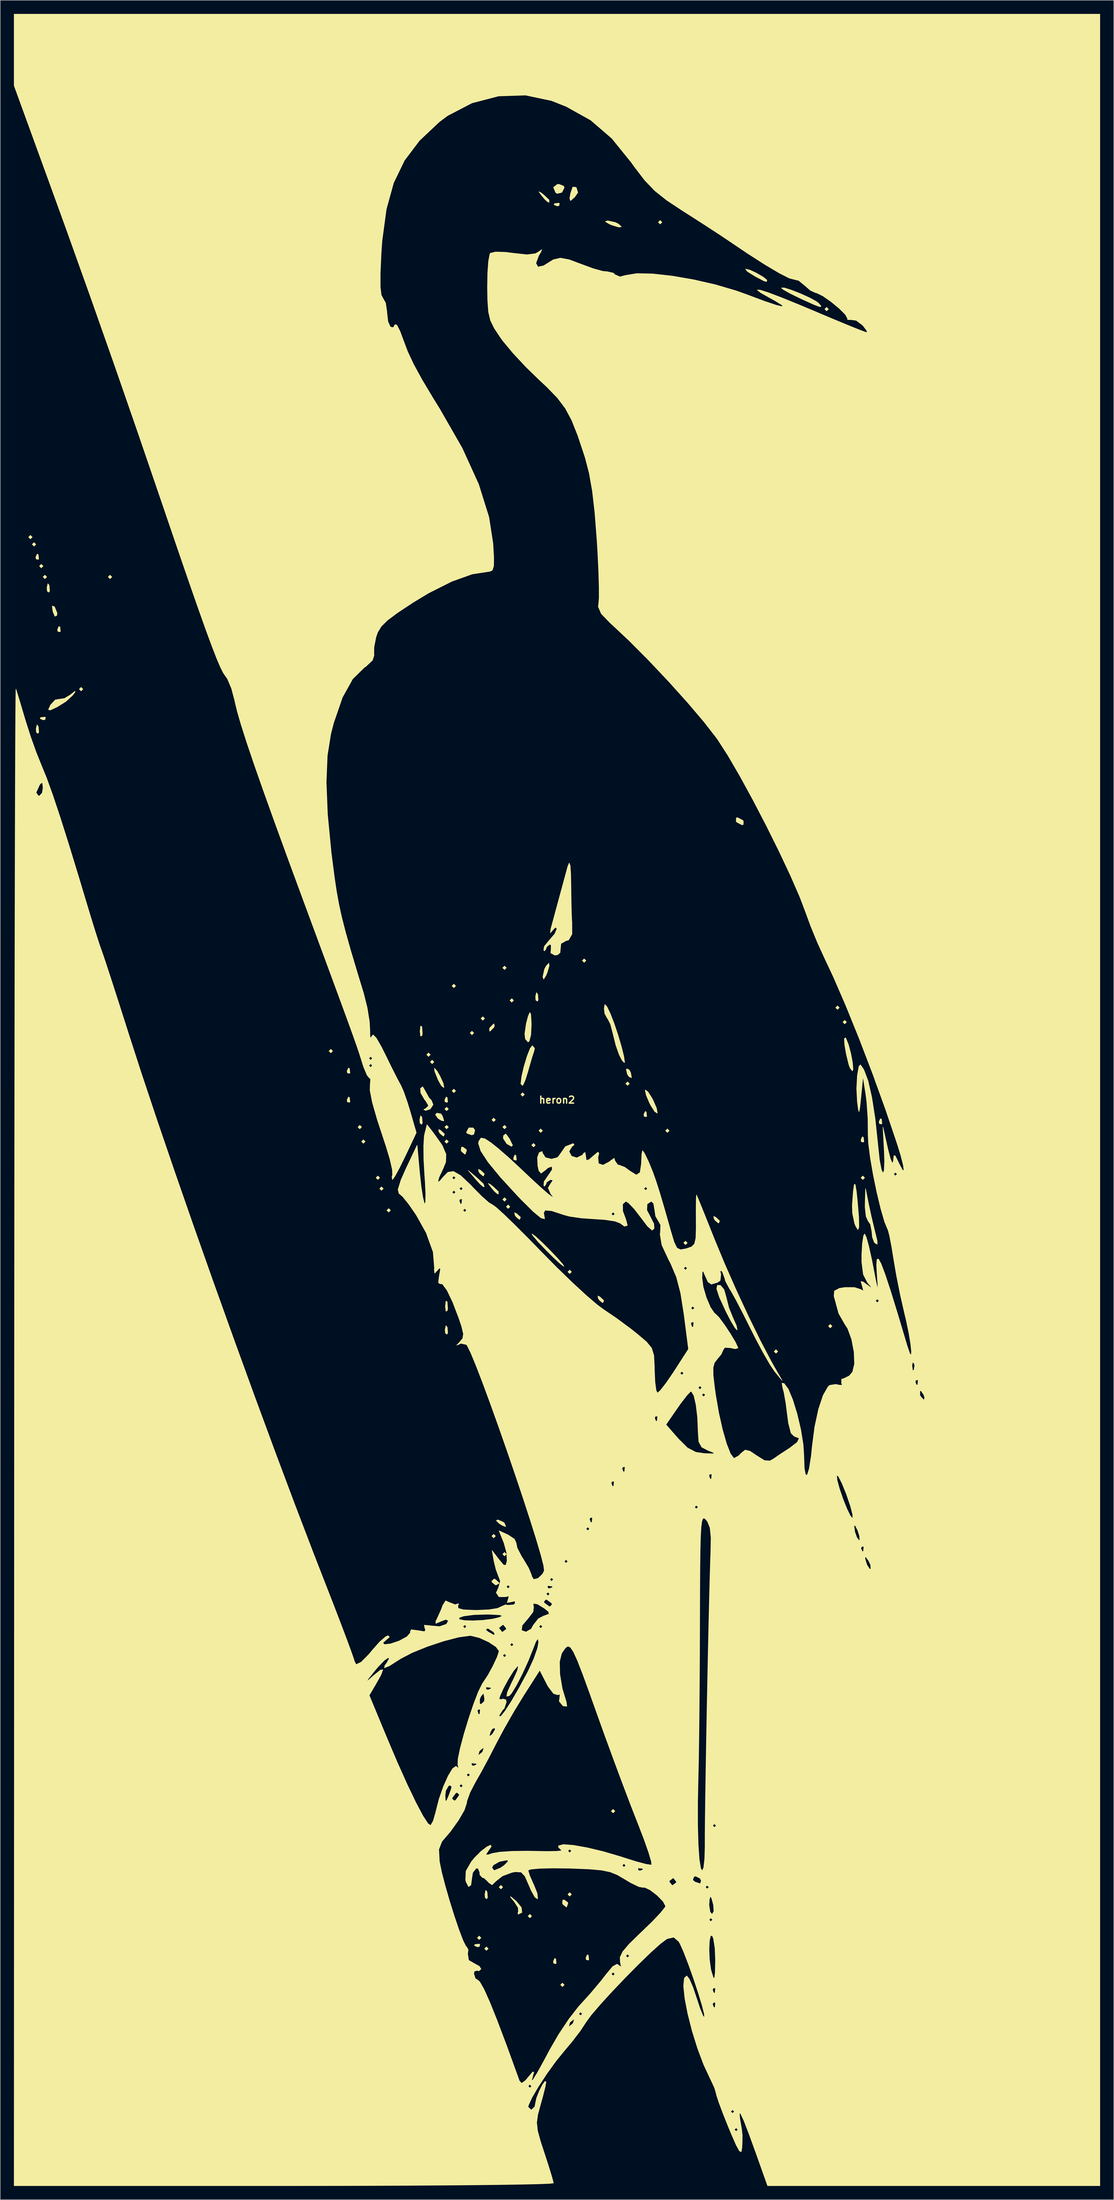
<source format=kicad_pcb>
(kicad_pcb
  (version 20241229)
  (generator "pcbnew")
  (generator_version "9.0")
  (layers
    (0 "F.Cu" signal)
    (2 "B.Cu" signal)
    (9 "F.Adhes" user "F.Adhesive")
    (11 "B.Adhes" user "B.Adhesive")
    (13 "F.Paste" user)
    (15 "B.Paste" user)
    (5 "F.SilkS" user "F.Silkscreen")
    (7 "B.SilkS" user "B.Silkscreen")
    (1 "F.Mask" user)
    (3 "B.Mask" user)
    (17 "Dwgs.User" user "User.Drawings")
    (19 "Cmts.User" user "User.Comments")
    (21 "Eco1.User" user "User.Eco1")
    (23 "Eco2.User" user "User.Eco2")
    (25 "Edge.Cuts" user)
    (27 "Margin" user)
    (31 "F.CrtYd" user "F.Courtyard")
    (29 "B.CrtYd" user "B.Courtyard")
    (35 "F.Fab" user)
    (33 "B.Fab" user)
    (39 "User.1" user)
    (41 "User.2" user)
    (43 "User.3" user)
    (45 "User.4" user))
  (footprint "heron2"
    (layer "F.Cu")
    (at 119.112 238.175)
    (property "Reference" "heron2" (at 0 0 0) (layer "F.SilkS") (effects (font (size 1.524 1.524) (thickness 0.3))))
    (attr through_hole)
    (fp_poly (pts (xy -115.094 -123.428) (xy -115.491 -123.031) (xy -115.888 -123.428) (xy -115.491 -123.825) (xy -115.094 -123.428)) (stroke (width 0.1) (type solid)) (fill yes) (layer "F.SilkS"))
    (fp_poly (pts (xy -114.3 -121.841) (xy -114.697 -121.444) (xy -115.094 -121.841) (xy -114.697 -122.237) (xy -114.3 -121.841)) (stroke (width 0.1) (type solid)) (fill yes) (layer "F.SilkS"))
    (fp_poly (pts (xy -112.713 -117.078) (xy -113.109 -116.681) (xy -113.506 -117.078) (xy -113.109 -117.475) (xy -112.713 -117.078)) (stroke (width 0.1) (type solid)) (fill yes) (layer "F.SilkS"))
    (fp_poly (pts (xy -111.919 -114.697) (xy -112.316 -114.3) (xy -112.713 -114.697) (xy -112.316 -115.094) (xy -111.919 -114.697)) (stroke (width 0.1) (type solid)) (fill yes) (layer "F.SilkS"))
    (fp_poly (pts (xy -103.981 -90.091) (xy -104.378 -89.694) (xy -104.775 -90.091) (xy -104.378 -90.487) (xy -103.981 -90.091)) (stroke (width 0.1) (type solid)) (fill yes) (layer "F.SilkS"))
    (fp_poly (pts (xy -97.631 -114.697) (xy -98.028 -114.3) (xy -98.425 -114.697) (xy -98.028 -115.094) (xy -97.631 -114.697)) (stroke (width 0.1) (type solid)) (fill yes) (layer "F.SilkS"))
    (fp_poly (pts (xy -49.212 -10.716) (xy -49.609 -10.319) (xy -50.006 -10.716) (xy -49.609 -11.113) (xy -49.212 -10.716)) (stroke (width 0.1) (type solid)) (fill yes) (layer "F.SilkS"))
    (fp_poly (pts (xy -42.862 5.953) (xy -43.259 6.35) (xy -43.656 5.953) (xy -43.259 5.556) (xy -42.862 5.953)) (stroke (width 0.1) (type solid)) (fill yes) (layer "F.SilkS"))
    (fp_poly (pts (xy -42.069 9.128) (xy -42.466 9.525) (xy -42.862 9.128) (xy -42.466 8.731) (xy -42.069 9.128)) (stroke (width 0.1) (type solid)) (fill yes) (layer "F.SilkS"))
    (fp_poly (pts (xy -38.894 17.066) (xy -39.291 17.462) (xy -39.688 17.066) (xy -39.291 16.669) (xy -38.894 17.066)) (stroke (width 0.1) (type solid)) (fill yes) (layer "F.SilkS"))
    (fp_poly (pts (xy -38.1 19.447) (xy -38.497 19.844) (xy -38.894 19.447) (xy -38.497 19.05) (xy -38.1 19.447)) (stroke (width 0.1) (type solid)) (fill yes) (layer "F.SilkS"))
    (fp_poly (pts (xy -36.513 24.209) (xy -36.909 24.606) (xy -37.306 24.209) (xy -36.909 23.812) (xy -36.513 24.209)) (stroke (width 0.1) (type solid)) (fill yes) (layer "F.SilkS"))
    (fp_poly (pts (xy -27.781 -9.922) (xy -28.178 -9.525) (xy -28.575 -9.922) (xy -28.178 -10.319) (xy -27.781 -9.922)) (stroke (width 0.1) (type solid)) (fill yes) (layer "F.SilkS"))
    (fp_poly (pts (xy -26.988 -8.334) (xy -27.384 -7.938) (xy -27.781 -8.334) (xy -27.384 -8.731) (xy -26.988 -8.334)) (stroke (width 0.1) (type solid)) (fill yes) (layer "F.SilkS"))
    (fp_poly (pts (xy -23.812 1.984) (xy -24.209 2.381) (xy -24.606 1.984) (xy -24.209 1.587) (xy -23.812 1.984)) (stroke (width 0.1) (type solid)) (fill yes) (layer "F.SilkS"))
    (fp_poly (pts (xy -23.812 5.953) (xy -24.209 6.35) (xy -24.606 5.953) (xy -24.209 5.556) (xy -23.812 5.953)) (stroke (width 0.1) (type solid)) (fill yes) (layer "F.SilkS"))
    (fp_poly (pts (xy -23.812 9.128) (xy -24.209 9.525) (xy -24.606 9.128) (xy -24.209 8.731) (xy -23.812 9.128)) (stroke (width 0.1) (type solid)) (fill yes) (layer "F.SilkS"))
    (fp_poly (pts (xy -22.225 -25.003) (xy -22.622 -24.606) (xy -23.019 -25.003) (xy -22.622 -25.4) (xy -22.225 -25.003)) (stroke (width 0.1) (type solid)) (fill yes) (layer "F.SilkS"))
    (fp_poly (pts (xy -22.225 -1.984) (xy -22.622 -1.587) (xy -23.019 -1.984) (xy -22.622 -2.381) (xy -22.225 -1.984)) (stroke (width 0.1) (type solid)) (fill yes) (layer "F.SilkS"))
    (fp_poly (pts (xy -18.256 -14.684) (xy -18.653 -14.287) (xy -19.05 -14.684) (xy -18.653 -15.081) (xy -18.256 -14.684)) (stroke (width 0.1) (type solid)) (fill yes) (layer "F.SilkS"))
    (fp_poly (pts (xy -16.669 183.753) (xy -17.066 184.15) (xy -17.462 183.753) (xy -17.066 183.356) (xy -16.669 183.753)) (stroke (width 0.1) (type solid)) (fill yes) (layer "F.SilkS"))
    (fp_poly (pts (xy -15.875 -17.859) (xy -16.272 -17.462) (xy -16.669 -17.859) (xy -16.272 -18.256) (xy -15.875 -17.859)) (stroke (width 0.1) (type solid)) (fill yes) (layer "F.SilkS"))
    (fp_poly (pts (xy -15.081 186.134) (xy -15.478 186.531) (xy -15.875 186.134) (xy -15.478 185.738) (xy -15.081 186.134)) (stroke (width 0.1) (type solid)) (fill yes) (layer "F.SilkS"))
    (fp_poly (pts (xy -13.494 4.366) (xy -13.891 4.763) (xy -14.287 4.366) (xy -13.891 3.969) (xy -13.494 4.366)) (stroke (width 0.1) (type solid)) (fill yes) (layer "F.SilkS"))
    (fp_poly (pts (xy -13.494 95.647) (xy -13.891 96.044) (xy -14.287 95.647) (xy -13.891 95.25) (xy -13.494 95.647)) (stroke (width 0.1) (type solid)) (fill yes) (layer "F.SilkS"))
    (fp_poly (pts (xy -11.906 172.641) (xy -12.303 173.037) (xy -12.7 172.641) (xy -12.303 172.244) (xy -11.906 172.641)) (stroke (width 0.1) (type solid)) (fill yes) (layer "F.SilkS"))
    (fp_poly (pts (xy -11.113 -28.972) (xy -11.509 -28.575) (xy -11.906 -28.972) (xy -11.509 -29.369) (xy -11.113 -28.972)) (stroke (width 0.1) (type solid)) (fill yes) (layer "F.SilkS"))
    (fp_poly (pts (xy -11.113 5.953) (xy -11.509 6.35) (xy -11.906 5.953) (xy -11.509 5.556) (xy -11.113 5.953)) (stroke (width 0.1) (type solid)) (fill yes) (layer "F.SilkS"))
    (fp_poly (pts (xy -11.113 21.828) (xy -11.509 22.225) (xy -11.906 21.828) (xy -11.509 21.431) (xy -11.113 21.828)) (stroke (width 0.1) (type solid)) (fill yes) (layer "F.SilkS"))
    (fp_poly (pts (xy -11.113 99.616) (xy -11.509 100.013) (xy -11.906 99.616) (xy -11.509 99.219) (xy -11.113 99.616)) (stroke (width 0.1) (type solid)) (fill yes) (layer "F.SilkS"))
    (fp_poly (pts (xy -10.319 23.416) (xy -10.716 23.812) (xy -11.113 23.416) (xy -10.716 23.019) (xy -10.319 23.416)) (stroke (width 0.1) (type solid)) (fill yes) (layer "F.SilkS"))
    (fp_poly (pts (xy -9.525 -21.828) (xy -9.922 -21.431) (xy -10.319 -21.828) (xy -9.922 -22.225) (xy -9.525 -21.828)) (stroke (width 0.1) (type solid)) (fill yes) (layer "F.SilkS"))
    (fp_poly (pts (xy -7.144 -1.191) (xy -7.541 -0.794) (xy -7.938 -1.191) (xy -7.541 -1.587) (xy -7.144 -1.191)) (stroke (width 0.1) (type solid)) (fill yes) (layer "F.SilkS"))
    (fp_poly (pts (xy -5.556 178.991) (xy -5.953 179.387) (xy -6.35 178.991) (xy -5.953 178.594) (xy -5.556 178.991)) (stroke (width 0.1) (type solid)) (fill yes) (layer "F.SilkS"))
    (fp_poly (pts (xy -4.763 9.922) (xy -5.159 10.319) (xy -5.556 9.922) (xy -5.159 9.525) (xy -4.763 9.922)) (stroke (width 0.1) (type solid)) (fill yes) (layer "F.SilkS"))
    (fp_poly (pts (xy -3.175 6.747) (xy -3.572 7.144) (xy -3.969 6.747) (xy -3.572 6.35) (xy -3.175 6.747)) (stroke (width 0.1) (type solid)) (fill yes) (layer "F.SilkS"))
    (fp_poly (pts (xy 1.587 194.072) (xy 1.191 194.469) (xy 0.794 194.072) (xy 1.191 193.675) (xy 1.587 194.072)) (stroke (width 0.1) (type solid)) (fill yes) (layer "F.SilkS"))
    (fp_poly (pts (xy 3.175 37.703) (xy 2.778 38.1) (xy 2.381 37.703) (xy 2.778 37.306) (xy 3.175 37.703)) (stroke (width 0.1) (type solid)) (fill yes) (layer "F.SilkS"))
    (fp_poly (pts (xy 3.175 174.228) (xy 2.778 174.625) (xy 2.381 174.228) (xy 2.778 173.831) (xy 3.175 174.228)) (stroke (width 0.1) (type solid)) (fill yes) (layer "F.SilkS"))
    (fp_poly (pts (xy 6.35 -30.559) (xy 5.953 -30.163) (xy 5.556 -30.559) (xy 5.953 -30.956) (xy 6.35 -30.559)) (stroke (width 0.1) (type solid)) (fill yes) (layer "F.SilkS"))
    (fp_poly (pts (xy 12.7 155.972) (xy 12.303 156.369) (xy 11.906 155.972) (xy 12.303 155.575) (xy 12.7 155.972)) (stroke (width 0.1) (type solid)) (fill yes) (layer "F.SilkS"))
    (fp_poly (pts (xy 15.875 -3.572) (xy 15.478 -3.175) (xy 15.081 -3.572) (xy 15.478 -3.969) (xy 15.875 -3.572)) (stroke (width 0.1) (type solid)) (fill yes) (layer "F.SilkS"))
    (fp_poly (pts (xy 23.019 -192.484) (xy 22.622 -192.088) (xy 22.225 -192.484) (xy 22.622 -192.881) (xy 23.019 -192.484)) (stroke (width 0.1) (type solid)) (fill yes) (layer "F.SilkS"))
    (fp_poly (pts (xy 24.606 6.747) (xy 24.209 7.144) (xy 23.812 6.747) (xy 24.209 6.35) (xy 24.606 6.747)) (stroke (width 0.1) (type solid)) (fill yes) (layer "F.SilkS"))
    (fp_poly (pts (xy 28.575 31.353) (xy 28.178 31.75) (xy 27.781 31.353) (xy 28.178 30.956) (xy 28.575 31.353)) (stroke (width 0.1) (type solid)) (fill yes) (layer "F.SilkS"))
    (fp_poly (pts (xy 48.419 55.166) (xy 48.022 55.562) (xy 47.625 55.166) (xy 48.022 54.769) (xy 48.419 55.166)) (stroke (width 0.1) (type solid)) (fill yes) (layer "F.SilkS"))
    (fp_poly (pts (xy 59.531 -173.434) (xy 59.134 -173.037) (xy 58.737 -173.434) (xy 59.134 -173.831) (xy 59.531 -173.434)) (stroke (width 0.1) (type solid)) (fill yes) (layer "F.SilkS"))
    (fp_poly (pts (xy 60.325 49.609) (xy 59.928 50.006) (xy 59.531 49.609) (xy 59.928 49.212) (xy 60.325 49.609)) (stroke (width 0.1) (type solid)) (fill yes) (layer "F.SilkS"))
    (fp_poly (pts (xy 61.913 -20.241) (xy 61.516 -19.844) (xy 61.119 -20.241) (xy 61.516 -20.637) (xy 61.913 -20.241)) (stroke (width 0.1) (type solid)) (fill yes) (layer "F.SilkS"))
    (fp_poly (pts (xy 63.5 -17.066) (xy 63.103 -16.669) (xy 62.706 -17.066) (xy 63.103 -17.462) (xy 63.5 -17.066)) (stroke (width 0.1) (type solid)) (fill yes) (layer "F.SilkS"))
    (fp_poly (pts (xy 67.469 17.066) (xy 67.072 17.462) (xy 66.675 17.066) (xy 67.072 16.669) (xy 67.469 17.066)) (stroke (width 0.1) (type solid)) (fill yes) (layer "F.SilkS"))
    (fp_poly (pts (xy -113.676 -118.65) (xy -113.771 -118.533) (xy -114.243 -118.642) (xy -114.3 -119.062) (xy -114.01 -119.716) (xy -113.771 -119.592) (xy -113.676 -118.65)) (stroke (width 0.1) (type solid)) (fill yes) (layer "F.SilkS"))
    (fp_poly (pts (xy -113.663 -80.665) (xy -113.82 -80.384) (xy -114.181 -80.62) (xy -114.237 -81.426) (xy -114.043 -82.272) (xy -113.758 -81.905) (xy -113.663 -80.665)) (stroke (width 0.1) (type solid)) (fill yes) (layer "F.SilkS"))
    (fp_poly (pts (xy -112.183 -83.873) (xy -112.292 -83.401) (xy -112.713 -83.344) (xy -113.366 -83.634) (xy -113.242 -83.873) (xy -112.3 -83.968) (xy -112.183 -83.873)) (stroke (width 0.1) (type solid)) (fill yes) (layer "F.SilkS"))
    (fp_poly (pts (xy -111.282 -111.621) (xy -111.439 -111.34) (xy -111.8 -111.577) (xy -111.856 -112.382) (xy -111.662 -113.229) (xy -111.377 -112.861) (xy -111.282 -111.621)) (stroke (width 0.1) (type solid)) (fill yes) (layer "F.SilkS"))
    (fp_poly (pts (xy -108.913 -102.775) (xy -109.008 -102.658) (xy -109.48 -102.767) (xy -109.537 -103.188) (xy -109.247 -103.841) (xy -109.008 -103.717) (xy -108.913 -102.775)) (stroke (width 0.1) (type solid)) (fill yes) (layer "F.SilkS"))
    (fp_poly (pts (xy -45.413 -5.937) (xy -45.508 -5.821) (xy -45.98 -5.93) (xy -46.038 -6.35) (xy -45.747 -7.003) (xy -45.508 -6.879) (xy -45.413 -5.937)) (stroke (width 0.1) (type solid)) (fill yes) (layer "F.SilkS"))
    (fp_poly (pts (xy -45.413 0.413) (xy -45.508 0.529) (xy -45.98 0.42) (xy -46.038 0) (xy -45.747 -0.653) (xy -45.508 -0.529) (xy -45.413 0.413)) (stroke (width 0.1) (type solid)) (fill yes) (layer "F.SilkS"))
    (fp_poly (pts (xy -29.532 -14.448) (xy -29.637 -14.089) (xy -29.927 -13.989) (xy -30.037 -15.081) (xy -29.912 -16.208) (xy -29.637 -16.073) (xy -29.532 -14.448)) (stroke (width 0.1) (type solid)) (fill yes) (layer "F.SilkS"))
    (fp_poly (pts (xy -29.526 5.06) (xy -29.683 5.341) (xy -30.044 5.105) (xy -30.1 4.299) (xy -29.906 3.453) (xy -29.62 3.82) (xy -29.526 5.06)) (stroke (width 0.1) (type solid)) (fill yes) (layer "F.SilkS"))
    (fp_poly (pts (xy -23.982 0.413) (xy -24.077 0.529) (xy -24.549 0.42) (xy -24.606 0) (xy -24.316 -0.653) (xy -24.077 -0.529) (xy -23.982 0.413)) (stroke (width 0.1) (type solid)) (fill yes) (layer "F.SilkS"))
    (fp_poly (pts (xy -23.976 45.877) (xy -24.081 46.236) (xy -24.37 46.336) (xy -24.481 45.244) (xy -24.356 44.117) (xy -24.081 44.252) (xy -23.976 45.877)) (stroke (width 0.1) (type solid)) (fill yes) (layer "F.SilkS"))
    (fp_poly (pts (xy -23.969 51.098) (xy -24.127 51.379) (xy -24.487 51.142) (xy -24.544 50.337) (xy -24.35 49.49) (xy -24.064 49.857) (xy -23.969 51.098)) (stroke (width 0.1) (type solid)) (fill yes) (layer "F.SilkS"))
    (fp_poly (pts (xy -16.933 185.208) (xy -17.042 185.68) (xy -17.462 185.738) (xy -18.116 185.447) (xy -17.992 185.208) (xy -17.05 185.113) (xy -16.933 185.208)) (stroke (width 0.1) (type solid)) (fill yes) (layer "F.SilkS"))
    (fp_poly (pts (xy -15.238 174.923) (xy -15.395 175.204) (xy -15.756 174.967) (xy -15.812 174.162) (xy -15.618 173.315) (xy -15.333 173.682) (xy -15.238 174.923)) (stroke (width 0.1) (type solid)) (fill yes) (layer "F.SilkS"))
    (fp_poly (pts (xy -8.901 13.113) (xy -8.996 13.229) (xy -9.468 13.12) (xy -9.525 12.7) (xy -9.235 12.047) (xy -8.996 12.171) (xy -8.901 13.113)) (stroke (width 0.1) (type solid)) (fill yes) (layer "F.SilkS"))
    (fp_poly (pts (xy -4.126 -21.927) (xy -4.283 -21.646) (xy -4.644 -21.883) (xy -4.7 -22.688) (xy -4.506 -23.535) (xy -4.22 -23.168) (xy -4.126 -21.927)) (stroke (width 0.1) (type solid)) (fill yes) (layer "F.SilkS"))
    (fp_poly (pts (xy -0.17 189.325) (xy -0.265 189.442) (xy -0.736 189.333) (xy -0.794 188.912) (xy -0.503 188.259) (xy -0.265 188.383) (xy -0.17 189.325)) (stroke (width 0.1) (type solid)) (fill yes) (layer "F.SilkS"))
    (fp_poly (pts (xy 0.529 -196.585) (xy 0.42 -196.114) (xy 0 -196.056) (xy -0.653 -196.347) (xy -0.529 -196.585) (xy 0.413 -196.68) (xy 0.529 -196.585)) (stroke (width 0.1) (type solid)) (fill yes) (layer "F.SilkS"))
    (fp_poly (pts (xy 6.974 188.532) (xy 6.879 188.648) (xy 6.407 188.539) (xy 6.35 188.119) (xy 6.64 187.465) (xy 6.879 187.59) (xy 6.974 188.532)) (stroke (width 0.1) (type solid)) (fill yes) (layer "F.SilkS"))
    (fp_poly (pts (xy 19.674 3.588) (xy 19.579 3.704) (xy 19.107 3.595) (xy 19.05 3.175) (xy 19.34 2.522) (xy 19.579 2.646) (xy 19.674 3.588)) (stroke (width 0.1) (type solid)) (fill yes) (layer "F.SilkS"))
    (fp_poly (pts (xy 67.299 9.144) (xy 67.204 9.26) (xy 66.732 9.151) (xy 66.675 8.731) (xy 66.965 8.078) (xy 67.204 8.202) (xy 67.299 9.144)) (stroke (width 0.1) (type solid)) (fill yes) (layer "F.SilkS"))
    (fp_poly (pts (xy 71.268 5.175) (xy 71.173 5.292) (xy 70.701 5.183) (xy 70.644 4.763) (xy 70.934 4.109) (xy 71.173 4.233) (xy 71.268 5.175)) (stroke (width 0.1) (type solid)) (fill yes) (layer "F.SilkS"))
    (fp_poly (pts (xy -109.638 -106.762) (xy -109.706 -106.254) (xy -110.115 -106.07) (xy -110.545 -107.093) (xy -110.725 -108.318) (xy -110.235 -108.171) (xy -110.198 -108.134) (xy -109.638 -106.762)) (stroke (width 0.1) (type solid)) (fill yes) (layer "F.SilkS"))
    (fp_poly (pts (xy -24.808 4.597) (xy -25.355 4.5) (xy -26.08 4.056) (xy -26.656 3.24) (xy -26.362 2.882) (xy -25.45 3.046) (xy -25.111 3.576) (xy -24.808 4.597)) (stroke (width 0.1) (type solid)) (fill yes) (layer "F.SilkS"))
    (fp_poly (pts (xy -24.671 7.47) (xy -24.845 7.93) (xy -24.956 7.938) (xy -25.628 7.374) (xy -25.873 7.021) (xy -25.966 6.478) (xy -25.523 6.671) (xy -24.671 7.47)) (stroke (width 0.1) (type solid)) (fill yes) (layer "F.SilkS"))
    (fp_poly (pts (xy -18.018 6.619) (xy -18.249 7.546) (xy -18.729 7.673) (xy -19.737 7.32) (xy -19.844 7.058) (xy -19.337 6.112) (xy -18.401 6.122) (xy -18.018 6.619)) (stroke (width 0.1) (type solid)) (fill yes) (layer "F.SilkS"))
    (fp_poly (pts (xy -15.945 19.011) (xy -16.149 19.05) (xy -16.797 18.515) (xy -17.935 17.264) (xy -19.447 15.478) (xy -17.661 16.99) (xy -16.161 18.398) (xy -15.945 19.011)) (stroke (width 0.1) (type solid)) (fill yes) (layer "F.SilkS"))
    (fp_poly (pts (xy -15.939 16.202) (xy -16.114 16.661) (xy -16.225 16.669) (xy -16.896 16.105) (xy -17.141 15.752) (xy -17.235 15.209) (xy -16.791 15.402) (xy -15.939 16.202)) (stroke (width 0.1) (type solid)) (fill yes) (layer "F.SilkS"))
    (fp_poly (pts (xy -11.23 93.583) (xy -11.981 93.314) (xy -12.7 92.869) (xy -13.31 92.232) (xy -12.945 92.087) (xy -11.679 92.653) (xy -11.509 92.869) (xy -11.23 93.583)) (stroke (width 0.1) (type solid)) (fill yes) (layer "F.SilkS"))
    (fp_poly (pts (xy -8.002 25.727) (xy -8.177 26.186) (xy -8.288 26.194) (xy -8.959 25.63) (xy -9.204 25.277) (xy -9.297 24.734) (xy -8.854 24.927) (xy -8.002 25.727)) (stroke (width 0.1) (type solid)) (fill yes) (layer "F.SilkS"))
    (fp_poly (pts (xy 10.254 43.983) (xy 10.08 44.442) (xy 9.969 44.45) (xy 9.297 43.886) (xy 9.052 43.534) (xy 8.959 42.99) (xy 9.402 43.184) (xy 10.254 43.983)) (stroke (width 0.1) (type solid)) (fill yes) (layer "F.SilkS"))
    (fp_poly (pts (xy 16.352 -4.869) (xy 15.819 -5.086) (xy 15.445 -5.609) (xy 15.202 -6.648) (xy 15.301 -6.834) (xy 15.851 -6.566) (xy 16.149 -5.987) (xy 16.352 -4.869)) (stroke (width 0.1) (type solid)) (fill yes) (layer "F.SilkS"))
    (fp_poly (pts (xy 35.654 26.52) (xy 35.48 26.98) (xy 35.369 26.988) (xy 34.697 26.424) (xy 34.452 26.071) (xy 34.359 25.528) (xy 34.802 25.721) (xy 35.654 26.52)) (stroke (width 0.1) (type solid)) (fill yes) (layer "F.SilkS"))
    (fp_poly (pts (xy -19.844 11.113) (xy -20.115 11.886) (xy -20.194 11.906) (xy -20.871 11.35) (xy -21.034 11.113) (xy -20.971 10.381) (xy -20.684 10.319) (xy -19.876 10.895) (xy -19.844 11.113)) (stroke (width 0.1) (type solid)) (fill yes) (layer "F.SilkS"))
    (fp_poly (pts (xy -13.743 -16.156) (xy -13.891 -15.875) (xy -14.639 -15.117) (xy -14.778 -15.081) (xy -14.832 -15.594) (xy -14.684 -15.875) (xy -13.936 -16.633) (xy -13.797 -16.669) (xy -13.743 -16.156)) (stroke (width 0.1) (type solid)) (fill yes) (layer "F.SilkS"))
    (fp_poly (pts (xy -12.855 20.107) (xy -12.86 20.624) (xy -13 20.637) (xy -13.662 20.095) (xy -14.389 19.248) (xy -15.075 18.308) (xy -14.664 18.505) (xy -14.089 18.949) (xy -12.855 20.107)) (stroke (width 0.1) (type solid)) (fill yes) (layer "F.SilkS"))
    (fp_poly (pts (xy -12.7 106.012) (xy -13.314 106.353) (xy -13.494 106.362) (xy -14.257 105.752) (xy -14.287 105.522) (xy -13.801 105.048) (xy -13.494 105.172) (xy -12.737 105.885) (xy -12.7 106.012)) (stroke (width 0.1) (type solid)) (fill yes) (layer "F.SilkS"))
    (fp_poly (pts (xy -9.743 9.948) (xy -9.98 10.191) (xy -11.011 9.605) (xy -11.778 8.436) (xy -11.739 7.833) (xy -11.238 7.435) (xy -10.428 8.527) (xy -10.424 8.535) (xy -9.743 9.948)) (stroke (width 0.1) (type solid)) (fill yes) (layer "F.SilkS"))
    (fp_poly (pts (xy -1.743 -197.38) (xy -1.748 -196.863) (xy -1.887 -196.85) (xy -2.55 -197.392) (xy -3.276 -198.239) (xy -3.963 -199.179) (xy -3.552 -198.982) (xy -2.977 -198.539) (xy -1.743 -197.38)) (stroke (width 0.1) (type solid)) (fill yes) (layer "F.SilkS"))
    (fp_poly (pts (xy -1.711 -29.415) (xy -2.156 -27.937) (xy -2.381 -27.384) (xy -2.923 -26.49) (xy -3.107 -26.988) (xy -2.732 -28.682) (xy -2.381 -29.369) (xy -1.786 -29.992) (xy -1.711 -29.415)) (stroke (width 0.1) (type solid)) (fill yes) (layer "F.SilkS"))
    (fp_poly (pts (xy 1.587 -200.072) (xy 1.062 -199.035) (xy 0.044 -198.787) (xy -0.286 -198.988) (xy -0.769 -200.14) (xy 0.081 -200.796) (xy 0.397 -200.819) (xy 1.454 -200.415) (xy 1.587 -200.072)) (stroke (width 0.1) (type solid)) (fill yes) (layer "F.SilkS"))
    (fp_poly (pts (xy 2.381 176.213) (xy 2.11 176.986) (xy 2.031 177.006) (xy 1.354 176.45) (xy 1.191 176.213) (xy 1.254 175.481) (xy 1.541 175.419) (xy 2.349 175.995) (xy 2.381 176.213)) (stroke (width 0.1) (type solid)) (fill yes) (layer "F.SilkS"))
    (fp_poly (pts (xy 4.568 -198.998) (xy 3.832 -197.961) (xy 2.963 -197.218) (xy 2.792 -197.69) (xy 2.977 -198.816) (xy 3.461 -200.214) (xy 4.161 -200.147) (xy 4.236 -200.075) (xy 4.568 -198.998)) (stroke (width 0.1) (type solid)) (fill yes) (layer "F.SilkS"))
    (fp_poly (pts (xy 14.117 -191.492) (xy 13.54 -191.417) (xy 12.062 -191.862) (xy 11.509 -192.088) (xy 10.615 -192.629) (xy 11.113 -192.813) (xy 12.807 -192.438) (xy 13.494 -192.088) (xy 14.117 -191.492)) (stroke (width 0.1) (type solid)) (fill yes) (layer "F.SilkS"))
    (fp_poly (pts (xy 40.878 -61.119) (xy 40.842 -60.386) (xy 40.575 -60.325) (xy 39.453 -60.904) (xy 39.291 -61.119) (xy 39.327 -61.851) (xy 39.594 -61.913) (xy 40.716 -61.333) (xy 40.878 -61.119)) (stroke (width 0.1) (type solid)) (fill yes) (layer "F.SilkS"))
    (fp_poly (pts (xy -24.794 -2.729) (xy -24.812 -2.705) (xy -25.329 -3.084) (xy -26.065 -4.4) (xy -26.812 -6.269) (xy -26.887 -6.969) (xy -26.342 -6.377) (xy -25.703 -5.288) (xy -24.956 -3.652) (xy -24.794 -2.729)) (stroke (width 0.1) (type solid)) (fill yes) (layer "F.SilkS"))
    (fp_poly (pts (xy -7.7 178.199) (xy -8.514 178.594) (xy -8.583 178.197) (xy -8.465 178.063) (xy -8.521 177.148) (xy -9.325 175.88) (xy -10.242 174.767) (xy -10.117 174.751) (xy -8.948 175.723) (xy -7.818 177.098) (xy -7.7 178.199)) (stroke (width 0.1) (type solid)) (fill yes) (layer "F.SilkS"))
    (fp_poly (pts (xy -5.635 -16.47) (xy -5.739 -14.273) (xy -6.091 -12.914) (xy -6.35 -12.7) (xy -6.939 -13.369) (xy -7.065 -14.486) (xy -6.751 -16.689) (xy -6.35 -18.256) (xy -5.97 -19.176) (xy -5.755 -18.825) (xy -5.65 -17.062) (xy -5.635 -16.47)) (stroke (width 0.1) (type solid)) (fill yes) (layer "F.SilkS"))
    (fp_poly (pts (xy 46.038 -179.764) (xy 45.943 -179.468) (xy 45.384 -179.624) (xy 43.943 -180.373) (xy 43.458 -180.635) (xy 41.728 -181.715) (xy 41.355 -182.223) (xy 42.297 -182.006) (xy 43.656 -181.372) (xy 45.263 -180.442) (xy 46.027 -179.804) (xy 46.038 -179.764)) (stroke (width 0.1) (type solid)) (fill yes) (layer "F.SilkS"))
    (fp_poly (pts (xy 1.521 36.513) (xy 0.803 35.99) (xy -0.677 34.629) (xy -2.381 32.941) (xy -4.124 31.107) (xy -5.241 29.818) (xy -5.49 29.369) (xy -4.771 29.891) (xy -3.292 31.253) (xy -1.587 32.941) (xy 0.156 34.775) (xy 1.272 36.063) (xy 1.521 36.513)) (stroke (width 0.1) (type solid)) (fill yes) (layer "F.SilkS"))
    (fp_poly (pts (xy 22.009 2.825) (xy 21.969 2.901) (xy 21.418 2.525) (xy 20.53 1.121) (xy 20.32 0.714) (xy 19.566 -1.051) (xy 19.349 -2.112) (xy 19.385 -2.187) (xy 19.926 -1.795) (xy 20.826 -0.391) (xy 21.034 0) (xy 21.802 1.757) (xy 22.009 2.825)) (stroke (width 0.1) (type solid)) (fill yes) (layer "F.SilkS"))
    (fp_poly (pts (xy 64.929 -6.758) (xy 64.78 -6.35) (xy 64.278 -6.996) (xy 64.01 -7.739) (xy 63.439 -10.077) (xy 63.094 -12.092) (xy 63.016 -13.409) (xy 63.248 -13.653) (xy 63.364 -13.494) (xy 63.913 -12.143) (xy 64.431 -10.196) (xy 64.807 -8.213) (xy 64.929 -6.758)) (stroke (width 0.1) (type solid)) (fill yes) (layer "F.SilkS"))
    (fp_poly (pts (xy 66.218 27.857) (xy 65.999 28.467) (xy 65.516 27.685) (xy 65.267 27.052) (xy 64.808 24.86) (xy 64.751 23.167) (xy 64.977 20.065) (xy 65.189 18.53) (xy 65.409 18.544) (xy 65.662 20.086) (xy 65.887 22.225) (xy 66.178 25.796) (xy 66.218 27.857)) (stroke (width 0.1) (type solid)) (fill yes) (layer "F.SilkS"))
    (fp_poly (pts (xy -105.702 -89.644) (xy -105.717 -89.44) (xy -106.261 -88.718) (xy -107.738 -87.373) (xy -109.615 -86.202) (xy -111.14 -85.495) (xy -111.535 -85.604) (xy -111.076 -86.611) (xy -111.065 -86.631) (xy -110.046 -87.734) (xy -109.285 -87.861) (xy -108.016 -88.055) (xy -106.773 -88.805) (xy -105.702 -89.644)) (stroke (width 0.1) (type solid)) (fill yes) (layer "F.SilkS"))
    (fp_poly (pts (xy -27.176 1.033) (xy -27.803 1.997) (xy -28.82 2.319) (xy -29.229 2.103) (xy -28.725 1.839) (xy -28.167 1.264) (xy -28.81 0.184) (xy -29.005 -0.036) (xy -29.881 -1.536) (xy -29.939 -2.534) (xy -29.453 -2.902) (xy -28.924 -1.984) (xy -28.081 -0.462) (xy -27.539 0.11) (xy -27.176 1.033)) (stroke (width 0.1) (type solid)) (fill yes) (layer "F.SilkS"))
    (fp_poly (pts (xy -4.921 -11.33) (xy -5.03 -10.765) (xy -5.508 -9.301) (xy -6.154 -7.069) (xy -6.337 -6.4) (xy -6.949 -4.416) (xy -7.451 -3.28) (xy -7.571 -3.175) (xy -7.938 -3.533) (xy -7.729 -5.224) (xy -7.209 -7.434) (xy -6.539 -9.635) (xy -5.876 -11.301) (xy -5.406 -11.906) (xy -4.921 -11.33)) (stroke (width 0.1) (type solid)) (fill yes) (layer "F.SilkS"))
    (fp_poly (pts (xy 39.524 50.424) (xy 39.504 50.455) (xy 39.031 49.967) (xy 38.099 48.398) (xy 37.064 46.395) (xy 35.645 43.317) (xy 35.025 41.446) (xy 35.174 40.635) (xy 35.857 40.659) (xy 36.627 41.593) (xy 37.091 43.231) (xy 37.696 45.625) (xy 38.599 47.823) (xy 39.338 49.487) (xy 39.524 50.424)) (stroke (width 0.1) (type solid)) (fill yes) (layer "F.SilkS"))
    (fp_poly (pts (xy 57.917 -174.085) (xy 57.698 -173.939) (xy 56.47 -174.387) (xy 54.045 -175.478) (xy 53.38 -175.787) (xy 51.14 -176.886) (xy 49.628 -177.736) (xy 49.212 -178.084) (xy 49.844 -178.094) (xy 51.416 -177.601) (xy 53.443 -176.802) (xy 55.444 -175.893) (xy 56.932 -175.074) (xy 57.315 -174.778) (xy 57.917 -174.085)) (stroke (width 0.1) (type solid)) (fill yes) (layer "F.SilkS"))
    (fp_poly (pts (xy 70.244 31.636) (xy 69.818 31.444) (xy 69.585 31.221) (xy 69.164 30.082) (xy 69.056 28.886) (xy 68.743 27.259) (xy 68.263 26.591) (xy 67.79 25.558) (xy 67.567 23.567) (xy 67.568 22.773) (xy 67.667 19.447) (xy 68.294 22.622) (xy 68.934 25.603) (xy 69.646 28.57) (xy 69.698 28.773) (xy 70.2 30.834) (xy 70.244 31.636)) (stroke (width 0.1) (type solid)) (fill yes) (layer "F.SilkS"))
    (fp_poly (pts (xy 14.825 -8.315) (xy 14.784 -8.169) (xy 14.328 -8.611) (xy 13.672 -9.848) (xy 12.914 -11.986) (xy 12.282 -14.521) (xy 12.262 -14.622) (xy 11.732 -16.619) (xy 11.12 -17.833) (xy 11.023 -17.915) (xy 10.47 -18.97) (xy 10.35 -20.089) (xy 10.489 -20.932) (xy 10.94 -20.469) (xy 11.627 -19.05) (xy 12.463 -16.936) (xy 13.332 -14.351) (xy 14.104 -11.75) (xy 14.645 -9.586) (xy 14.825 -8.315)) (stroke (width 0.1) (type solid)) (fill yes) (layer "F.SilkS"))
    (fp_poly (pts (xy 3.28 -36.362) (xy 2.543 -35.067) (xy 1.984 -34.925) (xy 0.861 -34.285) (xy 0.68 -32.48) (xy 0.7 -32.345) (xy 0.14 -31.829) (xy -0.482 -31.75) (xy -1.383 -32.238) (xy -1.3 -32.941) (xy -1.284 -33.963) (xy -1.612 -34.131) (xy -2.338 -33.511) (xy -2.381 -33.205) (xy -2.708 -32.681) (xy -2.919 -32.817) (xy -2.794 -33.664) (xy -1.741 -34.952) (xy -1.728 -34.964) (xy -0.485 -36.423) (xy -0.012 -37.536) (xy -0.328 -37.899) (xy -0.875 -37.306) (xy -1.456 -36.644) (xy -1.387 -37.36) (xy -1.298 -37.703) (xy -0.864 -39.306) (xy -0.181 -41.826) (xy 0.423 -44.053) (xy 1.235 -47.047) (xy 1.977 -49.783) (xy 2.36 -51.197) (xy 2.677 -51.96) (xy 2.89 -51.413) (xy 3.016 -49.457) (xy 3.065 -46.831) (xy 3.11 -43.592) (xy 3.176 -40.884) (xy 3.252 -39.162) (xy 3.276 -38.894) (xy 3.28 -36.362)) (stroke (width 0.1) (type solid)) (fill yes) (layer "F.SilkS"))
    (fp_poly (pts (xy 119.062 238.125) (xy 82.625 238.125) (xy 80.635 238.125) (xy 80.635 65.277) (xy 80.443 64.656) (xy 79.858 63.792) (xy 79.594 63.81) (xy 79.58 64.715) (xy 79.739 65.035) (xy 80.496 65.855) (xy 80.635 65.277) (xy 80.635 238.125) (xy 79.205 238.125) (xy 79.205 61.5) (xy 79.11 61.383) (xy 78.639 61.492) (xy 78.581 61.913) (xy 78.872 62.566) (xy 79.11 62.442) (xy 79.205 61.5) (xy 79.205 238.125) (xy 78.457 238.125) (xy 78.457 58.254) (xy 78.33 57.795) (xy 77.977 57.494) (xy 77.85 58.274) (xy 77.996 59.304) (xy 78.267 59.316) (xy 78.457 58.254) (xy 78.457 238.125) (xy 70.644 238.125) (xy 70.644 44.053) (xy 70.247 43.656) (xy 69.85 44.053) (xy 70.247 44.45) (xy 70.644 44.053) (xy 70.644 238.125) (xy 68.83 238.125) (xy 68.83 102.884) (xy 68.786 101.997) (xy 68.359 101.064) (xy 67.658 100.132) (xy 67.528 100.548) (xy 67.964 101.966) (xy 68.552 102.88) (xy 68.83 102.884) (xy 68.83 238.125) (xy 67.299 238.125) (xy 67.299 98.012) (xy 67.204 97.896) (xy 66.732 98.005) (xy 66.675 98.425) (xy 66.965 99.078) (xy 67.204 98.954) (xy 67.299 98.012) (xy 67.299 238.125) (xy 66.393 238.125) (xy 66.393 96.59) (xy 66.372 95.708) (xy 65.949 94.373) (xy 65.386 93.29) (xy 65.138 93.399) (xy 65.313 94.745) (xy 65.786 96.048) (xy 66.292 96.635) (xy 66.393 96.59) (xy 66.393 238.125) (xy 64.875 238.125) (xy 64.875 91.759) (xy 64.834 90.857) (xy 64.316 88.908) (xy 63.456 86.401) (xy 62.499 84.053) (xy 61.741 82.578) (xy 61.341 82.282) (xy 61.335 82.297) (xy 61.427 83.382) (xy 61.943 85.272) (xy 62.713 87.512) (xy 63.566 89.647) (xy 64.332 91.221) (xy 64.84 91.78) (xy 64.875 91.759) (xy 64.875 238.125) (xy 46.188 238.125) (xy 43.718 231.18) (xy 42.123 226.779) (xy 40.986 223.843) (xy 40.283 222.325) (xy 39.992 222.177) (xy 40.089 223.352) (xy 40.17 223.838) (xy 40.504 225.791) (xy 40.637 227.023) (xy 40.624 228.377) (xy 40.561 229.791) (xy 40.411 230.668) (xy 40.024 230.522) (xy 39.688 229.91) (xy 39.688 225.822) (xy 39.291 225.425) (xy 38.894 225.822) (xy 38.894 221.853) (xy 38.497 221.456) (xy 38.1 221.853) (xy 38.497 222.25) (xy 38.894 221.853) (xy 38.894 225.822) (xy 39.291 226.219) (xy 39.688 225.822) (xy 39.688 229.91) (xy 39.304 229.212) (xy 38.16 226.598) (xy 37.689 225.462) (xy 36.466 222.41) (xy 35.52 219.884) (xy 34.988 218.263) (xy 34.925 217.946) (xy 34.925 159.147) (xy 34.577 158.799) (xy 34.577 77.472) (xy 33.642 77.06) (xy 33.139 76.873) (xy 32.544 76.561) (xy 32.544 64.691) (xy 32.147 64.294) (xy 31.75 64.691) (xy 31.75 63.103) (xy 31.353 62.706) (xy 30.956 63.103) (xy 31.353 63.5) (xy 31.75 63.103) (xy 31.75 64.691) (xy 32.147 65.088) (xy 32.544 64.691) (xy 32.544 76.561) (xy 31.724 76.132) (xy 31.094 74.94) (xy 30.948 72.76) (xy 30.816 69.584) (xy 30.483 66.822) (xy 30.163 65.452) (xy 30.163 45.641) (xy 29.766 45.244) (xy 29.369 45.641) (xy 29.766 46.038) (xy 30.163 45.641) (xy 30.163 65.452) (xy 30.015 64.822) (xy 29.993 64.785) (xy 29.993 48.8) (xy 29.898 48.683) (xy 29.426 48.792) (xy 29.369 49.212) (xy 29.659 49.866) (xy 29.898 49.742) (xy 29.993 48.8) (xy 29.993 64.785) (xy 29.478 63.933) (xy 29.278 63.953) (xy 28.467 64.806) (xy 27.781 65.697) (xy 27.781 59.928) (xy 27.384 59.531) (xy 26.988 59.928) (xy 27.384 60.325) (xy 27.781 59.928) (xy 27.781 65.697) (xy 27.142 66.526) (xy 26.247 67.788) (xy 23.898 71.202) (xy 26.597 74.296) (xy 28.605 76.296) (xy 30.45 77.263) (xy 32.309 77.534) (xy 34.174 77.598) (xy 34.577 77.472) (xy 34.577 158.799) (xy 34.528 158.75) (xy 34.131 159.147) (xy 34.528 159.544) (xy 34.925 159.147) (xy 34.925 217.946) (xy 34.92 217.921) (xy 34.755 217.35) (xy 34.755 198.025) (xy 34.755 194.85) (xy 34.754 194.848) (xy 34.754 188.653) (xy 34.647 186.041) (xy 34.403 184.449) (xy 34.403 177.933) (xy 34.326 176.609) (xy 33.962 175.214) (xy 33.962 82.137) (xy 33.867 82.021) (xy 33.395 82.13) (xy 33.337 82.55) (xy 33.628 83.203) (xy 33.867 83.079) (xy 33.962 82.137) (xy 33.962 175.214) (xy 33.938 175.122) (xy 33.778 174.853) (xy 33.778 95.973) (xy 33.562 93.824) (xy 33.012 92.461) (xy 32.665 92.026) (xy 32.296 91.72) (xy 32.002 91.783) (xy 31.775 92.37) (xy 31.605 93.634) (xy 31.483 95.728) (xy 31.401 98.806) (xy 31.349 103.022) (xy 31.318 108.528) (xy 31.3 114.962) (xy 31.276 121.563) (xy 31.237 128.129) (xy 31.184 134.358) (xy 31.122 139.95) (xy 31.052 144.604) (xy 30.978 148.019) (xy 30.966 148.431) (xy 30.956 148.887) (xy 30.956 89.297) (xy 30.559 88.9) (xy 30.163 89.297) (xy 30.559 89.694) (xy 30.956 89.297) (xy 30.956 148.887) (xy 30.848 154.094) (xy 30.852 159.129) (xy 30.97 163.339) (xy 31.192 166.528) (xy 31.511 168.499) (xy 31.858 169.069) (xy 32.172 168.341) (xy 32.389 166.421) (xy 32.468 163.704) (xy 32.466 163.314) (xy 32.469 160.892) (xy 32.506 157.131) (xy 32.572 152.282) (xy 32.662 146.591) (xy 32.771 140.309) (xy 32.895 133.685) (xy 33.028 126.966) (xy 33.165 120.402) (xy 33.303 114.243) (xy 33.435 108.735) (xy 33.557 104.13) (xy 33.665 100.674) (xy 33.718 99.302) (xy 33.778 95.973) (xy 33.778 174.853) (xy 33.642 174.625) (xy 33.413 175.306) (xy 33.337 176.609) (xy 33.337 172.641) (xy 32.941 172.244) (xy 32.544 172.641) (xy 32.941 173.037) (xy 33.337 172.641) (xy 33.337 176.609) (xy 33.572 178.102) (xy 34.021 178.594) (xy 34.403 177.933) (xy 34.403 184.449) (xy 34.333 183.991) (xy 34.131 183.443) (xy 34.131 179.784) (xy 33.734 179.387) (xy 33.337 179.784) (xy 33.734 180.181) (xy 34.131 179.784) (xy 34.131 183.443) (xy 34.077 183.296) (xy 33.681 183.28) (xy 33.432 184.42) (xy 33.344 186.289) (xy 33.43 188.46) (xy 33.702 190.508) (xy 33.838 191.095) (xy 34.275 192.491) (xy 34.547 192.62) (xy 34.693 191.377) (xy 34.754 188.655) (xy 34.754 188.653) (xy 34.754 194.848) (xy 34.66 194.733) (xy 34.189 194.842) (xy 34.131 195.262) (xy 34.422 195.916) (xy 34.66 195.792) (xy 34.755 194.85) (xy 34.755 198.025) (xy 34.66 197.908) (xy 34.189 198.017) (xy 34.131 198.438) (xy 34.422 199.091) (xy 34.66 198.967) (xy 34.755 198.025) (xy 34.755 217.35) (xy 34.568 216.7) (xy 33.719 214.857) (xy 33.641 214.709) (xy 32.181 211.584) (xy 30.824 207.968) (xy 29.638 204.149) (xy 28.688 200.417) (xy 28.04 197.058) (xy 27.76 194.36) (xy 27.915 192.612) (xy 28.449 192.088) (xy 29.007 192.785) (xy 29.799 194.603) (xy 30.561 196.855) (xy 31.355 199.259) (xy 32.008 200.848) (xy 32.356 201.271) (xy 32.29 200.395) (xy 31.779 198.414) (xy 31.634 197.939) (xy 31.634 171.213) (xy 31.378 170.696) (xy 30.378 170.217) (xy 30.023 170.346) (xy 29.761 171.075) (xy 30.253 171.506) (xy 31.442 171.894) (xy 31.634 171.213) (xy 31.634 197.939) (xy 30.951 195.705) (xy 29.933 192.644) (xy 28.853 189.606) (xy 27.838 186.969) (xy 27.016 185.108) (xy 26.699 184.561) (xy 26.194 184.123) (xy 26.194 171.45) (xy 25.59 170.679) (xy 25.4 170.656) (xy 24.629 171.26) (xy 24.606 171.45) (xy 25.21 172.221) (xy 25.4 172.244) (xy 26.171 171.64) (xy 26.194 171.45) (xy 26.194 184.123) (xy 25.61 183.618) (xy 24.215 183.938) (xy 24.004 184.048) (xy 23.812 184.191) (xy 23.812 176.79) (xy 23.265 175.757) (xy 22.055 174.524) (xy 22.055 69.437) (xy 21.96 69.321) (xy 21.489 69.43) (xy 21.431 69.85) (xy 21.722 70.503) (xy 21.96 70.379) (xy 22.055 69.437) (xy 22.055 174.524) (xy 21.971 174.438) (xy 20.452 173.268) (xy 19.229 172.682) (xy 18.931 172.714) (xy 18.91 172.711) (xy 18.91 168.778) (xy 18.785 168.54) (xy 17.843 168.445) (xy 17.727 168.54) (xy 17.836 169.011) (xy 18.256 169.069) (xy 18.91 168.778) (xy 18.91 172.711) (xy 17.967 172.541) (xy 16.178 171.679) (xy 15.081 171.025) (xy 15.081 167.878) (xy 14.684 167.481) (xy 14.287 167.878) (xy 14.684 168.275) (xy 15.081 167.878) (xy 15.081 171.025) (xy 14.912 170.924) (xy 13.271 169.96) (xy 11.689 169.315) (xy 9.771 168.913) (xy 7.122 168.676) (xy 3.346 168.525) (xy 3.175 168.52) (xy 3.175 164.703) (xy 2.778 164.306) (xy 2.381 164.703) (xy 2.778 165.1) (xy 3.175 164.703) (xy 3.175 168.52) (xy 2.58 168.503) (xy -0.97 168.461) (xy -3.851 168.534) (xy -5.747 168.707) (xy -6.35 168.936) (xy -6.023 170.047) (xy -5.221 171.877) (xy -5.077 172.171) (xy -4.359 173.974) (xy -4.236 175.121) (xy -4.291 175.212) (xy -4.834 174.848) (xy -5.659 173.371) (xy -6.109 172.315) (xy -7.014 170.253) (xy -7.857 169.353) (xy -9.083 169.27) (xy -9.871 169.407) (xy -10.707 169.717) (xy -10.707 166.992) (xy -10.896 166.688) (xy -12.625 167.019) (xy -13.963 167.779) (xy -14.287 168.36) (xy -13.8 169.008) (xy -12.379 168.429) (xy -11.556 167.853) (xy -10.707 166.992) (xy -10.707 169.717) (xy -11.948 170.179) (xy -13.327 171.258) (xy -14.247 172.14) (xy -14.945 171.668) (xy -15.003 171.577) (xy -15.976 170.644) (xy -16.361 170.542) (xy -16.922 169.929) (xy -16.949 169.38) (xy -17.309 168.508) (xy -17.743 168.505) (xy -18.484 169.447) (xy -18.653 170.456) (xy -18.881 172.167) (xy -19.396 172.541) (xy -19.942 171.477) (xy -20.047 171.006) (xy -19.956 169.111) (xy -18.787 167.063) (xy -18.079 166.21) (xy -16.648 164.777) (xy -15.375 163.798) (xy -14.543 163.414) (xy -14.432 163.765) (xy -15.102 164.728) (xy -15.643 165.539) (xy -15.039 165.533) (xy -14.207 165.247) (xy -12.568 164.953) (xy -9.834 164.772) (xy -6.496 164.728) (xy -5.159 164.753) (xy -2.157 164.803) (xy -0.002 164.767) (xy 1.014 164.654) (xy 0.987 164.564) (xy 0.301 163.854) (xy 0.367 163.561) (xy 1.38 163.291) (xy 3.574 163.457) (xy 6.623 163.997) (xy 10.198 164.853) (xy 13.973 165.963) (xy 14.684 166.197) (xy 17.443 167.063) (xy 19.59 167.629) (xy 20.711 167.786) (xy 20.761 167.77) (xy 20.684 166.968) (xy 20.094 164.994) (xy 19.089 162.14) (xy 17.765 158.702) (xy 17.705 158.551) (xy 16.207 154.719) (xy 14.912 151.307) (xy 14.912 80.55) (xy 14.817 80.433) (xy 14.345 80.542) (xy 14.287 80.963) (xy 14.578 81.616) (xy 14.817 81.492) (xy 14.912 80.55) (xy 14.912 151.307) (xy 14.364 149.864) (xy 12.53 144.939) (xy 12.53 83.725) (xy 12.435 83.608) (xy 11.964 83.717) (xy 11.906 84.138) (xy 12.197 84.791) (xy 12.435 84.667) (xy 12.53 83.725) (xy 12.53 144.939) (xy 12.354 144.464) (xy 10.355 138.997) (xy 9.132 135.59) (xy 7.768 131.771) (xy 7.768 91.662) (xy 7.673 91.546) (xy 7.201 91.655) (xy 7.144 92.075) (xy 7.434 92.728) (xy 7.673 92.604) (xy 7.768 91.662) (xy 7.768 131.771) (xy 7.163 130.077) (xy 7.144 130.024) (xy 7.144 94.059) (xy 6.747 93.662) (xy 6.35 94.059) (xy 6.747 94.456) (xy 7.144 94.059) (xy 7.144 130.024) (xy 5.645 125.912) (xy 4.492 122.949) (xy 3.62 121.039) (xy 2.944 120.036) (xy 2.382 119.793) (xy 2.381 119.793) (xy 2.381 101.203) (xy 1.984 100.806) (xy 1.587 101.203) (xy 1.984 101.6) (xy 2.381 101.203) (xy 2.381 119.793) (xy 1.847 120.163) (xy 1.256 121) (xy 0.999 121.41) (xy 0.554 123.216) (xy 0.625 125.971) (xy 1.159 129.142) (xy 2.018 131.97) (xy 2.161 132.971) (xy 1.329 132.896) (xy 0.487 131.891) (xy 0.582 131.17) (xy 0.655 130.329) (xy 0.168 130.468) (xy -0.753 130.195) (xy -0.794 130.141) (xy -0.794 105.172) (xy -1.191 104.775) (xy -1.587 105.172) (xy -1.191 105.569) (xy -0.794 105.172) (xy -0.794 130.141) (xy -0.934 129.956) (xy -0.934 106.866) (xy -1.058 106.627) (xy -2 106.532) (xy -2.117 106.627) (xy -2.008 107.099) (xy -1.587 107.156) (xy -0.934 106.866) (xy -0.934 129.956) (xy -1.063 129.786) (xy -1.063 110.636) (xy -1.191 110.331) (xy -1.587 110.043) (xy -1.587 108.347) (xy -1.984 107.95) (xy -2.381 108.347) (xy -1.984 108.744) (xy -1.587 108.347) (xy -1.587 110.043) (xy -2.242 109.567) (xy -2.475 109.537) (xy -2.905 110.027) (xy -2.778 110.331) (xy -1.727 111.095) (xy -1.494 111.125) (xy -1.063 110.636) (xy -1.063 129.786) (xy -1.725 128.914) (xy -1.725 112.744) (xy -1.884 112.19) (xy -2.731 111.509) (xy -4.275 110.56) (xy -5.207 110.397) (xy -5.191 111.067) (xy -5.122 111.186) (xy -5.254 112.276) (xy -6.266 113.598) (xy -7.65 115.241) (xy -7.789 116.328) (xy -6.8 116.681) (xy -5.652 116.023) (xy -5.187 115.179) (xy -4.094 113.775) (xy -2.95 113.182) (xy -1.725 112.744) (xy -1.725 128.914) (xy -1.927 128.648) (xy -2.255 128.047) (xy -3.175 126.253) (xy -3.175 115.491) (xy -3.572 115.094) (xy -3.969 115.491) (xy -3.572 115.888) (xy -3.175 115.491) (xy -3.175 126.253) (xy -3.781 125.072) (xy -4.025 125.454) (xy -4.025 118.887) (xy -4.193 118.133) (xy -4.649 118.79) (xy -5.219 120.253) (xy -6.319 123.02) (xy -7.623 125.874) (xy -8.918 128.389) (xy -9.987 130.136) (xy -10.466 130.663) (xy -11.034 130.782) (xy -10.881 129.906) (xy -9.965 127.877) (xy -9.467 126.885) (xy -8.673 125.113) (xy -8.49 124.203) (xy -8.684 124.193) (xy -9.494 125.148) (xy -9.525 125.198) (xy -9.525 119.459) (xy -9.922 119.062) (xy -10.319 119.459) (xy -9.922 119.856) (xy -9.525 119.459) (xy -9.525 125.198) (xy -10.627 126.953) (xy -11.113 127.844) (xy -11.113 121.841) (xy -11.113 115.888) (xy -11.717 115.117) (xy -11.906 115.094) (xy -11.967 115.141) (xy -11.967 113.151) (xy -12.552 112.932) (xy -14.572 112.821) (xy -15.478 112.804) (xy -18.242 112.89) (xy -20.463 113.184) (xy -21.431 113.506) (xy -21.482 113.918) (xy -20.362 114.157) (xy -18.48 114.222) (xy -16.244 114.114) (xy -14.061 113.833) (xy -12.7 113.506) (xy -11.967 113.151) (xy -11.967 115.141) (xy -12.677 115.698) (xy -12.7 115.888) (xy -12.096 116.658) (xy -11.906 116.681) (xy -11.136 116.077) (xy -11.113 115.888) (xy -11.113 121.841) (xy -11.509 121.444) (xy -11.906 121.841) (xy -11.509 122.237) (xy -11.113 121.841) (xy -11.113 127.844) (xy -11.751 129.013) (xy -12.532 130.733) (xy -12.7 131.381) (xy -12.7 120.861) (xy -13.367 119.938) (xy -13.646 119.754) (xy -13.646 117.126) (xy -13.891 116.681) (xy -15.05 115.927) (xy -15.327 115.9) (xy -15.64 116.21) (xy -15.081 116.681) (xy -13.815 117.395) (xy -13.646 117.126) (xy -13.646 119.754) (xy -14.989 118.868) (xy -16.999 117.95) (xy -18.828 117.487) (xy -19.087 117.475) (xy -19.844 117.576) (xy -19.844 115.491) (xy -20.241 115.094) (xy -20.637 115.491) (xy -20.241 115.888) (xy -19.844 115.491) (xy -19.844 117.576) (xy -21.525 117.802) (xy -24.821 118.657) (xy -28.416 119.852) (xy -31.753 121.201) (xy -34.272 122.515) (xy -34.454 122.635) (xy -36.756 124.1) (xy -37.853 124.552) (xy -37.738 123.991) (xy -37.306 123.428) (xy -36.794 122.496) (xy -37.011 122.295) (xy -37.879 122.899) (xy -39.29 124.364) (xy -40.053 125.271) (xy -41.411 126.977) (xy -41.791 127.558) (xy -41.216 127.122) (xy -40.251 126.266) (xy -38.739 125.036) (xy -38.198 124.96) (xy -38.609 126.089) (xy -39.643 127.947) (xy -41.187 130.572) (xy -37.402 139.7) (xy -35.018 145.312) (xy -32.84 150.168) (xy -30.944 154.12) (xy -29.402 157.02) (xy -28.288 158.721) (xy -27.708 159.101) (xy -27.154 158.138) (xy -26.622 156.303) (xy -26.592 156.161) (xy -25.871 153.346) (xy -24.911 150.597) (xy -23.869 148.253) (xy -22.902 146.649) (xy -22.165 146.126) (xy -22.002 146.243) (xy -21.565 146.63) (xy -21.754 145.784) (xy -21.698 144.47) (xy -21.198 142.076) (xy -20.377 139.006) (xy -19.36 135.662) (xy -18.27 132.447) (xy -17.232 129.764) (xy -16.369 128.015) (xy -16.214 127.794) (xy -15.168 126.209) (xy -14.03 124.128) (xy -13.106 122.156) (xy -12.701 120.895) (xy -12.7 120.861) (xy -12.7 131.381) (xy -12.192 131.51) (xy -11.906 131.366) (xy -11.219 131.537) (xy -11.113 132.066) (xy -11.578 133.437) (xy -11.906 133.747) (xy -12.651 134.904) (xy -12.675 135.183) (xy -12.318 135.194) (xy -11.378 134.015) (xy -9.996 131.87) (xy -8.317 128.981) (xy -6.481 125.571) (xy -6.308 125.237) (xy -5.082 122.567) (xy -4.257 120.209) (xy -4.025 118.887) (xy -4.025 125.454) (xy -7.318 130.6) (xy -9.453 134.092) (xy -11.65 137.933) (xy -13.433 141.287) (xy -13.562 141.538) (xy -13.562 138.077) (xy -13.647 137.695) (xy -14.237 137.933) (xy -14.428 138.289) (xy -14.428 129.091) (xy -14.552 128.852) (xy -15.494 128.757) (xy -15.61 128.852) (xy -15.501 129.324) (xy -15.081 129.381) (xy -14.428 129.091) (xy -14.428 138.289) (xy -14.633 138.674) (xy -14.875 139.601) (xy -14.294 139.22) (xy -14.189 139.118) (xy -13.562 138.077) (xy -13.562 141.538) (xy -15.049 144.428) (xy -15.875 145.961) (xy -15.875 131.366) (xy -16.045 130.307) (xy -16.187 130.175) (xy -16.699 130.796) (xy -16.956 131.366) (xy -16.972 132.388) (xy -16.644 132.556) (xy -15.962 131.913) (xy -15.875 131.366) (xy -15.875 145.961) (xy -16.07 146.322) (xy -16.07 142.133) (xy -16.178 142.081) (xy -16.838 142.59) (xy -16.838 133.731) (xy -16.933 133.615) (xy -17.405 133.724) (xy -17.462 134.144) (xy -17.172 134.797) (xy -16.933 134.673) (xy -16.838 133.731) (xy -16.838 142.59) (xy -16.903 142.64) (xy -17.066 142.875) (xy -17.268 143.617) (xy -17.159 143.669) (xy -16.435 143.11) (xy -16.272 142.875) (xy -16.07 142.133) (xy -16.07 146.322) (xy -16.706 147.502) (xy -17.603 149.075) (xy -17.603 145.76) (xy -17.727 145.521) (xy -18.669 145.426) (xy -18.785 145.521) (xy -18.676 145.993) (xy -18.256 146.05) (xy -17.603 145.76) (xy -17.603 149.075) (xy -17.915 149.622) (xy -19.05 151.804) (xy -19.05 148.034) (xy -19.447 147.637) (xy -19.844 148.034) (xy -19.447 148.431) (xy -19.05 148.034) (xy -19.05 151.804) (xy -19.072 151.847) (xy -19.755 153.724) (xy -19.831 154.239) (xy -20.33 155.747) (xy -20.637 156.278) (xy -20.637 150.416) (xy -21.034 150.019) (xy -21.431 150.416) (xy -21.034 150.812) (xy -20.637 150.416) (xy -20.637 156.278) (xy -21.431 157.651) (xy -21.431 152.306) (xy -21.92 151.876) (xy -22.225 152.003) (xy -22.989 153.055) (xy -23.019 153.287) (xy -22.53 153.718) (xy -22.225 153.591) (xy -21.461 152.539) (xy -21.431 152.306) (xy -21.431 157.651) (xy -21.617 157.972) (xy -23.075 160.008) (xy -23.075 150.567) (xy -23.517 150.278) (xy -23.812 150.416) (xy -24.428 151.519) (xy -24.55 152.645) (xy -24.458 153.861) (xy -24.142 153.541) (xy -23.812 152.797) (xy -23.234 151.236) (xy -23.075 150.567) (xy -23.075 160.008) (xy -23.4 160.463) (xy -25.253 162.628) (xy -25.928 164.366) (xy -25.791 166.994) (xy -25.317 169.309) (xy -24.541 172.313) (xy -23.574 175.663) (xy -22.526 179.011) (xy -21.506 182.013) (xy -20.625 184.323) (xy -19.993 185.595) (xy -19.823 185.738) (xy -19.481 186.368) (xy -19.594 187.248) (xy -19.387 188.667) (xy -18.329 189.286) (xy -17.008 190.018) (xy -16.669 190.6) (xy -17.158 191.024) (xy -17.462 190.897) (xy -18.142 191.077) (xy -18.256 191.644) (xy -17.892 192.731) (xy -17.56 192.881) (xy -16.945 193.405) (xy -16.024 195.03) (xy -14.763 197.836) (xy -13.128 201.905) (xy -11.086 207.316) (xy -8.603 214.151) (xy -8.263 215.101) (xy -7.764 215.672) (xy -6.892 215.034) (xy -6.29 214.307) (xy -5.303 213.143) (xy -5.081 213.233) (xy -5.275 213.916) (xy -5.581 215.075) (xy -5.263 214.892) (xy -4.303 213.342) (xy -2.684 210.398) (xy -1.603 208.359) (xy 0.375 204.938) (xy 2.617 201.575) (xy 4.703 198.891) (xy 5.115 198.438) (xy 7.409 195.897) (xy 9.634 193.248) (xy 10.723 191.848) (xy 12.212 190.055) (xy 13.171 189.522) (xy 13.672 189.863) (xy 14.084 190.178) (xy 13.885 189.098) (xy 13.832 188.03) (xy 14.408 186.804) (xy 15.805 185.149) (xy 18.215 182.795) (xy 18.596 182.439) (xy 20.913 180.198) (xy 22.701 178.311) (xy 23.695 177.065) (xy 23.812 176.79) (xy 23.812 184.191) (xy 22.637 185.072) (xy 20.491 187.009) (xy 17.836 189.582) (xy 15.875 191.566) (xy 15.875 187.722) (xy 15.478 187.325) (xy 15.081 187.722) (xy 15.478 188.119) (xy 15.875 187.722) (xy 15.875 191.566) (xy 14.941 192.51) (xy 12.7 194.862) (xy 12.7 191.691) (xy 12.303 191.294) (xy 11.906 191.691) (xy 12.303 192.088) (xy 12.7 191.691) (xy 12.7 194.862) (xy 12.076 195.517) (xy 9.51 198.324) (xy 7.514 200.652) (xy 6.356 202.223) (xy 6.302 202.32) (xy 5.556 203.456) (xy 5.556 200.422) (xy 5.159 200.025) (xy 4.763 200.422) (xy 5.159 200.819) (xy 5.556 200.422) (xy 5.556 203.456) (xy 5.103 204.147) (xy 3.774 205.882) (xy 3.774 201.664) (xy 3.666 201.613) (xy 2.941 202.171) (xy 2.778 202.406) (xy 2.576 203.148) (xy 2.684 203.2) (xy 3.409 202.641) (xy 3.572 202.406) (xy 3.774 201.664) (xy 3.774 205.882) (xy 3.268 206.543) (xy 1.649 208.464) (xy -0.238 210.79) (xy -2.216 213.529) (xy -4.04 216.303) (xy -5.469 218.737) (xy -5.556 218.926) (xy -5.556 216.297) (xy -5.953 215.9) (xy -6.35 216.297) (xy -5.953 216.694) (xy -5.556 216.297) (xy -5.556 218.926) (xy -6.26 220.453) (xy -6.343 220.861) (xy -5.741 221.44) (xy -5.556 221.456) (xy -4.869 220.8) (xy -4.734 220.067) (xy -4.471 218.872) (xy -3.872 217.348) (xy -3.172 215.968) (xy -2.608 215.206) (xy -2.409 215.381) (xy -2.601 216.462) (xy -3.124 218.541) (xy -3.632 220.356) (xy -4.228 222.563) (xy -4.456 224.272) (xy -4.277 226.013) (xy -3.65 228.316) (xy -2.839 230.8) (xy -1.889 233.72) (xy -1.173 236.049) (xy -0.814 237.388) (xy -0.794 237.532) (xy -1.567 237.628) (xy -3.805 237.719) (xy -7.383 237.803) (xy -12.18 237.881) (xy -18.072 237.95) (xy -24.936 238.009) (xy -32.649 238.058) (xy -41.088 238.094) (xy -50.128 238.117) (xy -59.649 238.125) (xy -59.928 238.125) (xy -112.725 238.125) (xy -112.725 -68.461) (xy -112.85 -69.621) (xy -113.317 -69.336) (xy -113.506 -69.056) (xy -114.245 -67.414) (xy -113.772 -66.7) (xy -113.506 -66.675) (xy -112.891 -67.347) (xy -112.725 -68.461) (xy -112.725 238.125) (xy -119.062 238.125) (xy -119 73.62) (xy -118.992 57.594) (xy -118.983 42.001) (xy -118.971 26.915) (xy -118.957 12.408) (xy -118.941 -1.444) (xy -118.923 -14.57) (xy -118.904 -26.896) (xy -118.883 -38.349) (xy -118.861 -48.855) (xy -118.838 -58.34) (xy -118.813 -66.732) (xy -118.788 -73.957) (xy -118.762 -79.942) (xy -118.736 -84.614) (xy -118.709 -87.899) (xy -118.682 -89.723) (xy -118.662 -90.091) (xy -118.319 -88.992) (xy -117.659 -86.802) (xy -116.812 -83.954) (xy -116.632 -83.344) (xy -115.5 -79.787) (xy -114.228 -76.211) (xy -113.104 -73.422) (xy -111.973 -70.66) (xy -110.615 -66.906) (xy -108.991 -62.039) (xy -107.06 -55.938) (xy -104.782 -48.481) (xy -103.574 -44.45) (xy -102.406 -40.582) (xy -101.348 -37.158) (xy -100.507 -34.525) (xy -99.993 -33.027) (xy -99.959 -32.941) (xy -99.533 -31.739) (xy -98.711 -29.267) (xy -97.57 -25.769) (xy -96.191 -21.49) (xy -94.653 -16.675) (xy -94.022 -14.684) (xy -91.118 -5.71) (xy -87.715 4.483) (xy -83.904 15.64) (xy -79.776 27.508) (xy -75.422 39.832) (xy -70.933 52.357) (xy -66.399 64.828) (xy -61.912 76.992) (xy -57.563 88.593) (xy -53.442 99.377) (xy -51.09 105.421) (xy -49.189 110.294) (xy -47.501 114.682) (xy -46.108 118.368) (xy -45.09 121.132) (xy -44.532 122.757) (xy -44.45 123.082) (xy -44.052 123.825) (xy -42.932 123.284) (xy -41.201 121.527) (xy -40.481 120.65) (xy -38.872 118.832) (xy -37.532 117.689) (xy -37.041 117.487) (xy -36.758 117.801) (xy -37.283 118.238) (xy -38.195 119.057) (xy -37.854 119.423) (xy -36.54 119.29) (xy -34.618 118.652) (xy -32.899 117.713) (xy -32.147 116.845) (xy -32.181 116.625) (xy -31.962 116.172) (xy -30.507 116.368) (xy -29.044 116.601) (xy -28.824 116.167) (xy -28.978 115.878) (xy -29.107 115.186) (xy -27.999 115.268) (xy -27.829 115.311) (xy -25.754 115.488) (xy -24.247 114.978) (xy -23.812 114.187) (xy -24.386 113.93) (xy -25.436 114.319) (xy -26.564 114.816) (xy -26.575 114.318) (xy -26.288 113.752) (xy -25.382 111.756) (xy -25.052 110.837) (xy -24.435 109.853) (xy -23.532 110.235) (xy -22.313 110.7) (xy -21.826 110.523) (xy -21.549 110.506) (xy -21.748 110.927) (xy -21.672 111.5) (xy -20.472 111.813) (xy -17.931 111.918) (xy -17.556 111.919) (xy -14.948 111.801) (xy -13.032 111.497) (xy -12.325 111.16) (xy -11.288 110.712) (xy -10.77 110.817) (xy -9.5 110.717) (xy -9.167 110.394) (xy -9.238 109.896) (xy -10.011 110.078) (xy -10.319 110.13) (xy -10.319 106.759) (xy -10.716 106.362) (xy -11.113 106.759) (xy -10.716 107.156) (xy -10.319 106.759) (xy -10.319 110.13) (xy -10.934 110.234) (xy -10.716 109.537) (xy -10.526 108.812) (xy -11.354 108.971) (xy -12.729 108.965) (xy -13.322 108.074) (xy -12.827 106.965) (xy -12.421 105.551) (xy -12.699 104.776) (xy -13.374 102.994) (xy -13.825 101.127) (xy -14.232 98.822) (xy -12.758 100.752) (xy -11.716 102.002) (xy -11.223 102.034) (xy -10.959 101.149) (xy -11.024 99.373) (xy -11.625 97.167) (xy -11.671 97.051) (xy -12.709 94.486) (xy -10.699 95.402) (xy -9.329 96.325) (xy -8.967 97.147) (xy -8.73 98.271) (xy -7.802 100.069) (xy -7.4 100.693) (xy -6.232 102.654) (xy -5.596 104.19) (xy -5.556 104.464) (xy -5.113 105.161) (xy -4.133 104.914) (xy -3.144 103.959) (xy -2.792 103.231) (xy -2.927 102.12) (xy -3.538 99.743) (xy -4.547 96.323) (xy -5.879 92.085) (xy -7.456 87.251) (xy -9.202 82.043) (xy -11.039 76.685) (xy -12.891 71.4) (xy -14.682 66.411) (xy -16.335 61.941) (xy -17.772 58.214) (xy -18.917 55.451) (xy -19.693 53.876) (xy -19.844 53.671) (xy -19.844 24.209) (xy -20.241 23.812) (xy -20.637 24.209) (xy -20.637 19.447) (xy -21.034 19.05) (xy -21.431 19.447) (xy -21.034 19.844) (xy -20.637 19.447) (xy -20.637 24.209) (xy -20.241 24.606) (xy -19.844 24.209) (xy -19.844 53.671) (xy -19.858 53.651) (xy -21.079 53.388) (xy -21.633 53.651) (xy -21.992 53.784) (xy -21.4 53.159) (xy -20.686 52.317) (xy -20.525 51.309) (xy -20.807 50.128) (xy -20.807 21.812) (xy -20.902 21.696) (xy -21.374 21.805) (xy -21.431 22.225) (xy -21.141 22.878) (xy -20.902 22.754) (xy -20.807 21.812) (xy -20.807 50.128) (xy -20.925 49.637) (xy -21.474 48) (xy -22.225 46.027) (xy -22.225 20.241) (xy -22.225 17.066) (xy -22.622 16.669) (xy -23.019 17.066) (xy -22.622 17.462) (xy -22.225 17.066) (xy -22.225 20.241) (xy -22.622 19.844) (xy -23.019 20.241) (xy -22.622 20.637) (xy -22.225 20.241) (xy -22.225 46.027) (xy -22.866 44.344) (xy -24.115 41.744) (xy -25.129 40.37) (xy -25.741 40.293) (xy -25.996 40.05) (xy -25.836 38.679) (xy -25.797 38.495) (xy -25.547 37.008) (xy -25.809 36.883) (xy -26.165 37.306) (xy -26.827 37.997) (xy -26.915 37.275) (xy -26.877 36.909) (xy -27.161 33.364) (xy -28.68 29.149) (xy -30.85 25.262) (xy -32.444 22.938) (xy -33.819 21.223) (xy -34.655 20.5) (xy -34.867 19.667) (xy -34.226 17.579) (xy -33.126 15.081) (xy -30.676 9.922) (xy -30.115 16.113) (xy -29.784 19.11) (xy -29.412 21.464) (xy -29.071 22.753) (xy -29.008 22.851) (xy -28.823 22.375) (xy -28.792 20.641) (xy -28.913 17.97) (xy -29.019 16.53) (xy -29.215 13.118) (xy -29.249 10.081) (xy -29.117 7.941) (xy -29.044 7.544) (xy -28.511 5.423) (xy -27.074 7.276) (xy -25.197 9.926) (xy -24.346 11.902) (xy -24.405 13.634) (xy -24.979 15.035) (xy -25.905 17.025) (xy -26.144 17.995) (xy -25.69 17.791) (xy -25.067 17.019) (xy -23.922 15.85) (xy -22.699 15.673) (xy -21.131 16.58) (xy -18.949 18.658) (xy -18.391 19.248) (xy -16.47 21.187) (xy -14.916 22.548) (xy -14.114 23.019) (xy -13.347 23.565) (xy -11.678 25.08) (xy -9.296 27.383) (xy -6.391 30.29) (xy -3.472 33.286) (xy 0.006 36.811) (xy 3.403 40.101) (xy 6.45 42.908) (xy 8.884 44.987) (xy 10.155 45.924) (xy 13.013 47.866) (xy 16.126 50.165) (xy 17.604 51.334) (xy 19.632 53.061) (xy 20.748 54.42) (xy 21.231 56.006) (xy 21.362 58.414) (xy 21.374 59.333) (xy 21.49 61.902) (xy 21.737 63.692) (xy 22.027 64.287) (xy 22.717 63.664) (xy 23.98 62.03) (xy 25.557 59.723) (xy 25.727 59.46) (xy 28.833 54.641) (xy 28.575 52.632) (xy 28.575 36.909) (xy 28.178 36.513) (xy 27.781 36.909) (xy 28.178 37.306) (xy 28.575 36.909) (xy 28.575 52.632) (xy 27.848 46.966) (xy 27.12 42.371) (xy 26.198 38.845) (xy 24.937 35.868) (xy 24.532 35.113) (xy 22.989 31.801) (xy 22.606 29.444) (xy 22.674 29.048) (xy 22.728 27.412) (xy 22.289 26.63) (xy 21.624 25.502) (xy 21.431 24.163) (xy 21.177 22.693) (xy 20.704 22.225) (xy 19.844 22.765) (xy 19.844 19.447) (xy 19.447 19.05) (xy 19.05 19.447) (xy 19.447 19.844) (xy 19.844 19.447) (xy 19.844 22.765) (xy 19.772 22.81) (xy 19.691 24.155) (xy 20.414 25.539) (xy 21.241 27.173) (xy 21.302 28.191) (xy 20.852 28.569) (xy 19.841 27.678) (xy 18.471 25.869) (xy 16.932 23.871) (xy 15.656 22.547) (xy 15.098 22.225) (xy 14.398 22.849) (xy 14.418 24.385) (xy 15.109 26.246) (xy 15.441 27.519) (xy 14.784 27.708) (xy 13.837 27.014) (xy 12.7 26.588) (xy 12.7 25.003) (xy 12.303 24.606) (xy 11.906 25.003) (xy 12.303 25.4) (xy 12.7 25.003) (xy 12.7 26.588) (xy 12.679 26.58) (xy 10.466 26.245) (xy 8.321 26.107) (xy 5.374 25.905) (xy 2.797 25.532) (xy 1.587 25.216) (xy -1.167 24.31) (xy -2.643 24.184) (xy -2.94 24.835) (xy -2.876 25.035) (xy -2.707 26.08) (xy -3.482 25.894) (xy -5.209 24.47) (xy -7.899 21.802) (xy -8.444 21.233) (xy -12.364 16.972) (xy -15.102 13.645) (xy -16.708 11.183) (xy -17.232 9.518) (xy -17.157 9.08) (xy -16.67 8.341) (xy -15.805 8.517) (xy -14.485 9.384) (xy -12.825 10.71) (xy -10.516 12.732) (xy -8.037 15.03) (xy -7.864 15.195) (xy -5.514 17.417) (xy -3.427 19.329) (xy -2.017 20.556) (xy -1.915 20.637) (xy -0.886 21.401) (xy -0.944 21.141) (xy -1.37 20.579) (xy -1.934 19.289) (xy -1.41 18.396) (xy -0.883 17.621) (xy -1.429 17.462) (xy -2.321 18.065) (xy -2.381 18.389) (xy -2.701 18.921) (xy -2.906 18.79) (xy -2.828 17.898) (xy -1.984 16.669) (xy -1.049 15.273) (xy -1.099 14.568) (xy -1.981 14.872) (xy -2.597 15.41) (xy -3.489 16.086) (xy -3.967 15.53) (xy -4.218 14.456) (xy -4.289 12.611) (xy -3.908 11.549) (xy -3.255 11.291) (xy -3.175 11.655) (xy -2.556 12.629) (xy -1.205 12.979) (xy 0.119 12.627) (xy 0.586 12.043) (xy 1.85 10.225) (xy 3.572 9.549) (xy 3.737 9.867) (xy 3.272 10.242) (xy 2.634 11.286) (xy 3.168 12.318) (xy 4.346 12.7) (xy 5.598 12.076) (xy 5.824 11.708) (xy 6.165 11.507) (xy 6.287 12.228) (xy 6.429 13.246) (xy 7.003 13.111) (xy 7.882 12.353) (xy 8.974 11.442) (xy 9.196 11.69) (xy 8.98 12.627) (xy 9.099 13.957) (xy 10.101 14.293) (xy 11.548 13.524) (xy 11.748 13.335) (xy 12.534 12.783) (xy 12.7 13.335) (xy 13.305 14.227) (xy 13.63 14.287) (xy 14.895 14.779) (xy 16.016 15.606) (xy 17.407 16.463) (xy 18.218 15.916) (xy 18.516 13.907) (xy 18.521 13.494) (xy 18.595 11.82) (xy 18.772 11.113) (xy 18.775 11.113) (xy 19.213 11.766) (xy 20.001 13.4) (xy 20.303 14.089) (xy 21.014 15.843) (xy 21.726 17.846) (xy 22.542 20.415) (xy 23.561 23.871) (xy 24.885 28.531) (xy 24.934 28.704) (xy 25.683 31.201) (xy 26.308 32.477) (xy 27.087 32.847) (xy 28.3 32.627) (xy 28.379 32.605) (xy 29.509 32.219) (xy 30.157 31.577) (xy 30.45 30.301) (xy 30.519 28.009) (xy 30.509 26.341) (xy 30.503 23.603) (xy 30.534 21.646) (xy 30.594 20.852) (xy 30.603 20.852) (xy 30.932 21.615) (xy 31.732 23.573) (xy 32.887 26.442) (xy 34.283 29.941) (xy 34.529 30.559) (xy 36.782 35.994) (xy 39.363 41.836) (xy 42.069 47.65) (xy 44.694 53.001) (xy 47.036 57.454) (xy 47.756 58.728) (xy 49.369 61.516) (xy 47.738 59.531) (xy 46.702 57.985) (xy 45.219 55.413) (xy 43.52 52.225) (xy 42.403 50.006) (xy 40.784 46.773) (xy 39.345 44.011) (xy 38.274 42.075) (xy 37.839 41.393) (xy 36.969 39.767) (xy 36.805 39.138) (xy 36.296 37.74) (xy 36.049 37.432) (xy 35.774 37.57) (xy 35.939 38.233) (xy 35.793 39.593) (xy 35.207 40.019) (xy 33.841 40.413) (xy 33.113 39.908) (xy 32.568 38.695) (xy 32.043 37.504) (xy 31.849 37.759) (xy 31.8 38.995) (xy 32.053 40.989) (xy 32.741 43.344) (xy 33.648 45.478) (xy 34.552 46.805) (xy 34.787 46.957) (xy 35.545 47.726) (xy 36.751 49.361) (xy 38.067 51.35) (xy 39.155 53.178) (xy 39.679 54.332) (xy 39.688 54.41) (xy 39.059 54.581) (xy 38.1 54.372) (xy 36.844 54.282) (xy 36.513 54.659) (xy 36.003 55.788) (xy 35.176 56.786) (xy 34.535 57.609) (xy 34.234 58.696) (xy 34.255 60.432) (xy 34.577 63.198) (xy 34.783 64.65) (xy 35.468 68.63) (xy 36.298 72.317) (xy 37.185 75.406) (xy 38.038 77.588) (xy 38.766 78.559) (xy 38.871 78.581) (xy 39.843 78.042) (xy 40.457 77.42) (xy 41.28 76.776) (xy 42.331 77.027) (xy 43.762 77.991) (xy 45.498 79.077) (xy 46.695 79.16) (xy 47.459 78.732) (xy 49.123 77.588) (xy 50.993 76.376) (xy 52.699 75.068) (xy 53.108 74.167) (xy 52.16 73.819) (xy 52.104 73.819) (xy 51.332 73.087) (xy 50.758 70.858) (xy 50.542 69.189) (xy 50.183 66.4) (xy 49.769 64.096) (xy 49.501 63.106) (xy 49.333 62.1) (xy 49.81 62.188) (xy 50.72 63.418) (xy 51.711 65.799) (xy 52.665 68.903) (xy 53.463 72.307) (xy 53.989 75.585) (xy 54.134 77.832) (xy 54.238 80.791) (xy 54.511 82.238) (xy 54.894 82.231) (xy 55.329 80.829) (xy 55.757 78.09) (xy 55.97 76.002) (xy 56.527 71.688) (xy 57.357 67.84) (xy 58.365 64.796) (xy 59.453 62.894) (xy 59.801 62.581) (xy 61.156 62.368) (xy 61.772 62.518) (xy 62.56 62.561) (xy 62.393 62.047) (xy 62.425 61.228) (xy 62.865 61.119) (xy 64.094 60.512) (xy 64.819 59.666) (xy 65.247 57.881) (xy 65.145 55.273) (xy 64.614 52.475) (xy 63.751 50.122) (xy 63.195 49.273) (xy 61.79 46.827) (xy 60.756 43.042) (xy 60.749 43.006) (xy 60.842 41.888) (xy 61.937 41.313) (xy 63.165 41.117) (xy 65.242 41.126) (xy 66.653 41.572) (xy 66.723 41.633) (xy 67.226 41.885) (xy 66.97 40.878) (xy 66.657 39.801) (xy 67.163 39.914) (xy 67.915 40.468) (xy 68.951 41.229) (xy 68.876 40.982) (xy 68.085 40.032) (xy 67.186 38.278) (xy 66.836 35.582) (xy 66.836 33.894) (xy 66.981 31.453) (xy 67.231 29.81) (xy 67.459 29.369) (xy 67.819 30.092) (xy 68.357 32.029) (xy 68.982 34.827) (xy 69.275 36.314) (xy 69.872 39.417) (xy 70.225 41.035) (xy 70.368 41.249) (xy 70.333 40.137) (xy 70.213 38.497) (xy 70.089 36.215) (xy 70.172 34.982) (xy 70.491 34.868) (xy 71.077 35.941) (xy 71.957 38.268) (xy 73.16 41.918) (xy 74.717 46.96) (xy 76.656 53.462) (xy 76.807 53.975) (xy 77.376 55.633) (xy 77.68 55.953) (xy 77.737 55.16) (xy 77.562 53.476) (xy 77.175 51.126) (xy 76.592 48.334) (xy 76.263 46.963) (xy 75.345 42.955) (xy 74.612 39.292) (xy 74.612 16.272) (xy 74.216 15.875) (xy 73.819 16.272) (xy 74.216 16.669) (xy 74.612 16.272) (xy 74.612 39.292) (xy 74.459 38.524) (xy 73.857 35.007) (xy 73.382 32.087) (xy 72.941 29.796) (xy 72.621 28.576) (xy 72.592 28.516) (xy 71.862 26.761) (xy 71.019 23.863) (xy 70.152 20.253) (xy 69.351 16.36) (xy 68.706 12.616) (xy 68.306 9.451) (xy 68.225 7.604) (xy 68.193 4.123) (xy 67.945 0.508) (xy 67.74 -1.128) (xy 67.107 -5.159) (xy 66.675 -0.794) (xy 66.423 1.631) (xy 66.252 2.579) (xy 66.092 2.155) (xy 65.872 0.462) (xy 65.864 0.397) (xy 65.718 -2.502) (xy 65.87 -5.323) (xy 65.903 -5.556) (xy 66.215 -7.341) (xy 66.55 -7.716) (xy 67.152 -6.845) (xy 67.339 -6.512) (xy 68.215 -4.182) (xy 69.042 -0.539) (xy 69.769 4.145) (xy 70.346 9.595) (xy 70.373 9.922) (xy 70.734 13.207) (xy 71.132 15.278) (xy 71.497 16.058) (xy 71.758 15.475) (xy 71.843 13.453) (xy 71.773 11.384) (xy 71.485 5.953) (xy 72.55 10.716) (xy 73.117 12.906) (xy 73.544 13.887) (xy 73.753 13.494) (xy 73.885 12.227) (xy 74.176 12.246) (xy 74.86 13.627) (xy 74.981 13.891) (xy 75.76 15.367) (xy 76.082 15.47) (xy 75.956 14.342) (xy 75.392 12.128) (xy 74.685 9.827) (xy 72.107 2.197) (xy 69.262 -5.68) (xy 66.297 -13.431) (xy 63.358 -20.681) (xy 60.592 -27.055) (xy 58.73 -31.013) (xy 57.134 -34.497) (xy 55.581 -38.286) (xy 54.64 -40.878) (xy 53.25 -44.541) (xy 51.213 -49.21) (xy 48.705 -54.54) (xy 45.903 -60.183) (xy 42.983 -65.796) (xy 40.122 -71.031) (xy 37.495 -75.543) (xy 35.279 -78.987) (xy 35.004 -79.375) (xy 32.25 -82.919) (xy 28.636 -87.172) (xy 24.485 -91.784) (xy 20.119 -96.406) (xy 15.863 -100.688) (xy 12.039 -104.281) (xy 11.644 -104.631) (xy 9.701 -106.647) (xy 9.05 -108.19) (xy 9.124 -108.732) (xy 9.234 -110.002) (xy 9.232 -112.546) (xy 9.126 -116.054) (xy 8.924 -120.22) (xy 8.769 -122.767) (xy 8.305 -128.761) (xy 7.758 -133.522) (xy 7.076 -137.403) (xy 6.207 -140.759) (xy 6.042 -141.287) (xy 4.553 -145.748) (xy 3.23 -149.077) (xy 1.83 -151.678) (xy 0.112 -153.956) (xy -2.164 -156.313) (xy -3.923 -157.956) (xy -6.813 -160.767) (xy -9.607 -163.762) (xy -11.828 -166.425) (xy -12.374 -167.17) (xy -13.746 -169.243) (xy -14.586 -170.958) (xy -15.028 -172.829) (xy -15.21 -175.373) (xy -15.257 -178.122) (xy -15.209 -181.313) (xy -15.025 -183.895) (xy -14.738 -185.459) (xy -14.607 -185.704) (xy -13.461 -185.973) (xy -11.281 -185.908) (xy -9.577 -185.691) (xy -6.577 -185.367) (xy -4.729 -185.6) (xy -4.091 -185.961) (xy -3.352 -186.49) (xy -3.527 -185.976) (xy -4.01 -185.178) (xy -4.629 -183.521) (xy -4.191 -182.676) (xy -2.918 -182.947) (xy -2.542 -183.191) (xy -0.809 -184.267) (xy 0.744 -184.628) (xy 2.658 -184.276) (xy 5.367 -183.261) (xy 7.95 -182.313) (xy 10.04 -181.736) (xy 11.028 -181.646) (xy 12.364 -181.343) (xy 12.681 -181.005) (xy 13.809 -180.52) (xy 15.185 -180.863) (xy 17.514 -181.241) (xy 20.991 -181.166) (xy 25.26 -180.694) (xy 29.964 -179.882) (xy 34.747 -178.787) (xy 39.254 -177.464) (xy 41.275 -176.741) (xy 45.396 -175.201) (xy 48.135 -174.278) (xy 49.475 -173.974) (xy 49.398 -174.293) (xy 47.887 -175.237) (xy 46.831 -175.816) (xy 44.684 -177.034) (xy 43.922 -177.635) (xy 44.476 -177.64) (xy 46.278 -177.068) (xy 49.26 -175.94) (xy 53.352 -174.276) (xy 56.291 -173.038) (xy 60.193 -171.389) (xy 63.571 -169.988) (xy 66.16 -168.942) (xy 67.695 -168.359) (xy 67.99 -168.275) (xy 67.916 -168.768) (xy 67.047 -169.89) (xy 65.633 -170.952) (xy 64.552 -171.11) (xy 63.738 -171.123) (xy 63.708 -171.39) (xy 63.25 -172.244) (xy 61.9 -173.592) (xy 60.107 -175.071) (xy 58.315 -176.32) (xy 56.974 -176.977) (xy 56.767 -177.006) (xy 55.562 -177.547) (xy 54.354 -178.613) (xy 53.008 -179.707) (xy 52.062 -179.94) (xy 50.95 -180.227) (xy 48.739 -181.351) (xy 45.608 -183.207) (xy 41.737 -185.692) (xy 38.1 -188.148) (xy 35.828 -189.672) (xy 32.722 -191.701) (xy 29.294 -193.903) (xy 27.617 -194.966) (xy 24.075 -197.308) (xy 21.449 -199.398) (xy 19.239 -201.705) (xy 16.946 -204.697) (xy 16.283 -205.634) (xy 12.032 -210.889) (xy 7.418 -214.864) (xy 2.043 -217.867) (xy -1.222 -219.16) (xy -6.901 -220.357) (xy -12.834 -220.161) (xy -18.654 -218.641) (xy -23.996 -215.866) (xy -25.813 -214.506) (xy -30.16 -210.414) (xy -33.462 -206.044) (xy -35.848 -201.112) (xy -37.442 -195.333) (xy -38.372 -188.424) (xy -38.554 -185.868) (xy -38.76 -181.36) (xy -38.758 -178.282) (xy -38.543 -176.49) (xy -38.206 -175.881) (xy -37.592 -174.775) (xy -37.308 -172.831) (xy -37.306 -172.641) (xy -37.081 -170.699) (xy -36.543 -169.514) (xy -35.904 -169.389) (xy -35.521 -170.056) (xy -35.125 -169.929) (xy -34.438 -168.586) (xy -33.766 -166.779) (xy -32.779 -164.152) (xy -31.455 -161.326) (xy -29.627 -157.982) (xy -27.127 -153.799) (xy -25.767 -151.606) (xy -20.804 -142.954) (xy -17.201 -135.043) (xy -14.939 -127.829) (xy -14.046 -122.039) (xy -13.867 -118.925) (xy -13.897 -117.074) (xy -14.186 -116.169) (xy -14.78 -115.895) (xy -14.969 -115.888) (xy -18.605 -115.329) (xy -23.084 -113.722) (xy -28.157 -111.169) (xy -31.565 -109.108) (xy -34.914 -106.897) (xy -37.15 -105.233) (xy -38.537 -103.871) (xy -39.338 -102.564) (xy -39.709 -101.487) (xy -40.134 -99.308) (xy -40.163 -97.687) (xy -40.119 -97.518) (xy -40.479 -96.416) (xy -41.892 -95.09) (xy -42.246 -94.853) (xy -44.809 -92.352) (xy -47.058 -88.298) (xy -48.992 -82.694) (xy -49.616 -80.278) (xy -50.374 -75.52) (xy -50.612 -69.666) (xy -50.328 -62.605) (xy -49.518 -54.223) (xy -48.819 -48.801) (xy -48.369 -45.781) (xy -47.864 -42.974) (xy -47.229 -40.078) (xy -46.388 -36.793) (xy -45.265 -32.819) (xy -43.785 -27.855) (xy -42.43 -23.416) (xy -41.638 -20.267) (xy -41.141 -17.177) (xy -41.046 -15.478) (xy -41.011 -13.882) (xy -40.831 -13.532) (xy -40.716 -13.84) (xy -40.328 -14.275) (xy -39.615 -13.554) (xy -38.476 -11.552) (xy -37.64 -9.871) (xy -36.259 -7.061) (xy -35.07 -4.713) (xy -34.302 -3.279) (xy -34.241 -3.175) (xy -33.631 -1.793) (xy -32.816 0.545) (xy -32.185 2.601) (xy -30.862 7.187) (xy -33.289 12.325) (xy -34.525 14.839) (xy -35.517 16.67) (xy -36.067 17.455) (xy -36.09 17.462) (xy -36.202 16.877) (xy -36.07 16.439) (xy -36.128 15.243) (xy -36.637 12.999) (xy -37.493 10.145) (xy -37.712 9.494) (xy -39.41 4.343) (xy -40.481 0.588) (xy -40.481 -7.541) (xy -40.481 -9.128) (xy -40.878 -9.525) (xy -41.275 -9.128) (xy -40.878 -8.731) (xy -40.481 -9.128) (xy -40.481 -7.541) (xy -40.878 -7.938) (xy -41.275 -7.541) (xy -40.878 -7.144) (xy -40.481 -7.541) (xy -40.481 0.588) (xy -40.499 0.524) (xy -41.009 -2.086) (xy -40.969 -3.609) (xy -40.937 -3.705) (xy -40.89 -4.647) (xy -41.107 -4.763) (xy -41.661 -5.448) (xy -42.392 -7.178) (xy -42.706 -8.136) (xy -43.018 -9.153) (xy -43.35 -10.193) (xy -43.757 -11.408) (xy -44.293 -12.946) (xy -45.012 -14.958) (xy -45.969 -17.595) (xy -47.219 -21.007) (xy -48.815 -25.344) (xy -50.813 -30.756) (xy -53.266 -37.395) (xy -55.435 -43.259) (xy -58.966 -52.844) (xy -61.958 -61.055) (xy -64.448 -67.997) (xy -66.474 -73.778) (xy -68.07 -78.502) (xy -69.273 -82.276) (xy -70.12 -85.205) (xy -70.648 -87.396) (xy -70.699 -87.654) (xy -71.383 -90.234) (xy -72.26 -92.309) (xy -72.677 -92.923) (xy -73.162 -93.625) (xy -73.789 -94.866) (xy -74.602 -96.761) (xy -75.643 -99.431) (xy -76.957 -102.991) (xy -78.587 -107.561) (xy -80.575 -113.258) (xy -82.966 -120.201) (xy -85.802 -128.506) (xy -86.505 -130.572) (xy -91.972 -146.549) (xy -97.154 -161.493) (xy -102.224 -175.891) (xy -107.353 -190.229) (xy -111.44 -201.511) (xy -119.062 -222.443) (xy -119.062 -230.284) (xy -119.062 -238.125) (xy 0 -238.125) (xy 119.062 -238.125) (xy 119.062 0) (xy 119.062 238.125)) (stroke (width 0.1) (type solid)) (fill yes) (layer "F.SilkS")))
  (gr_rect
    (start -3 -3)
    (end 241.225 479.35)
    (stroke (width 0.1) (type default))
    (fill no)
    (layer "Edge.Cuts")))
</source>
